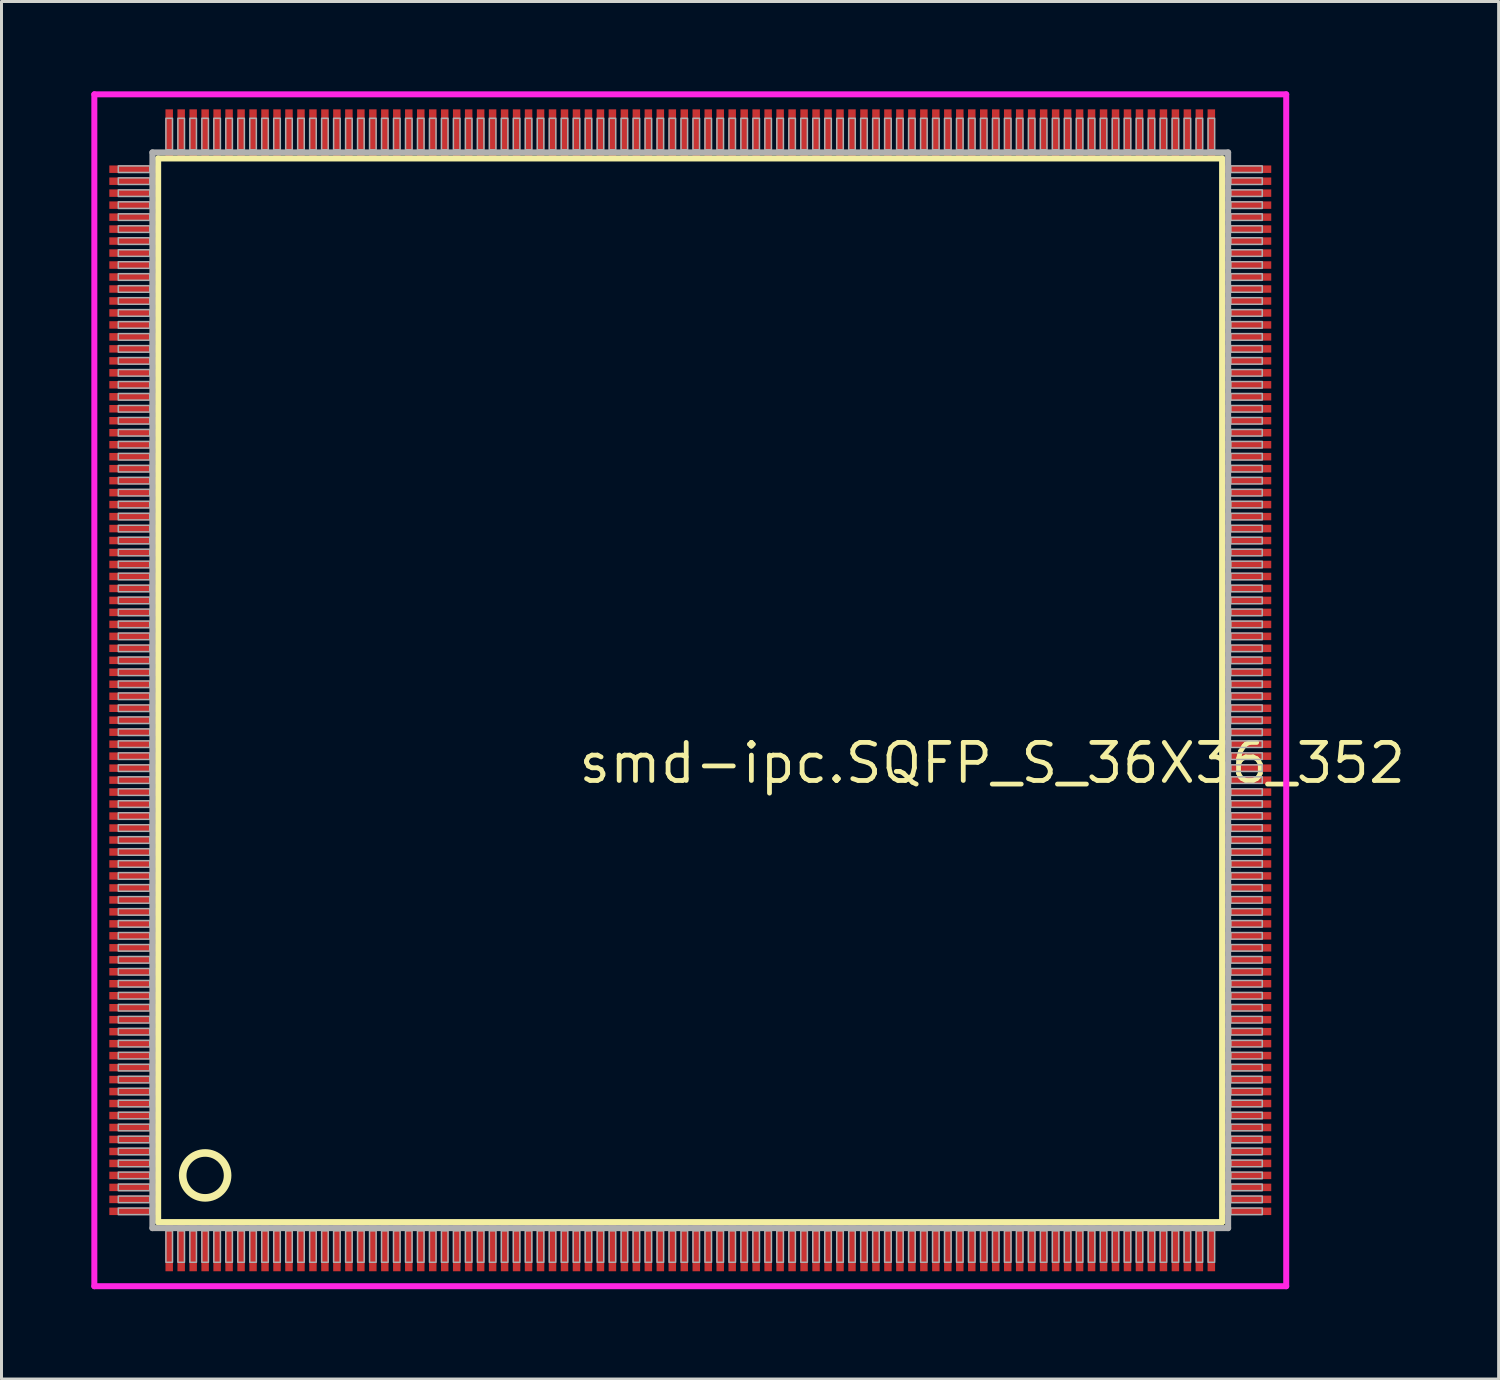
<source format=kicad_pcb>
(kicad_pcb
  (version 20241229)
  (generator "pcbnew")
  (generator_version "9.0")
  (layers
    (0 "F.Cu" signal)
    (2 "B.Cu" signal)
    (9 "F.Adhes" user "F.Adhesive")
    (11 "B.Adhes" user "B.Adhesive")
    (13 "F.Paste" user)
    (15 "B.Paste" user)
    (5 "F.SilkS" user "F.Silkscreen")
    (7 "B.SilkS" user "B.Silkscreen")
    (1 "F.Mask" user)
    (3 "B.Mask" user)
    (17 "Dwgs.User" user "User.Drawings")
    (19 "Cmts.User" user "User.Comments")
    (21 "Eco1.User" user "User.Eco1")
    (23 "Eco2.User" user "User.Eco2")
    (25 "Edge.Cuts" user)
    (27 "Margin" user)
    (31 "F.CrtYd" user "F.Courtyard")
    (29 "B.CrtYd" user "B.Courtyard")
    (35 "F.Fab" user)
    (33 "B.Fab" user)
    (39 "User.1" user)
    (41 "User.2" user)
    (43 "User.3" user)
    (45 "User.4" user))
  (footprint "smd-ipc.SQFP_S_36X36_352"
    (layer "F.Cu")
    (at 20 20)
    (property "Reference" "smd-ipc.SQFP_S_36X36_352" (at -3.81 3.175 0) (layer "F.SilkS") (effects (font (size 1.27 1.27) (thickness 0.16)) (justify left bottom)))
    (attr smd)
    (fp_line (start -17.77 -17.76) (end 17.76 -17.76) (stroke (width 0.203) (type default)) (layer "F.SilkS"))
    (fp_line (start -17.77 17.76) (end -17.77 -17.76) (stroke (width 0.203) (type default)) (layer "F.SilkS"))
    (fp_line (start 17.76 17.76) (end -17.77 17.76) (stroke (width 0.203) (type default)) (layer "F.SilkS"))
    (fp_line (start 17.76 -17.76) (end 17.76 17.76) (stroke (width 0.203) (type default)) (layer "F.SilkS"))
    (fp_circle (center -16.2 16.2) (end -15.45 16.2) (stroke (width 0.254) (type default)) (fill no) (layer "F.SilkS"))
    (fp_line (start -19.9 -19.9) (end 19.9 -19.9) (stroke (width 0.2) (type default)) (layer "F.CrtYd"))
    (fp_line (start -19.9 19.9) (end -19.9 -19.9) (stroke (width 0.2) (type default)) (layer "F.CrtYd"))
    (fp_line (start 19.9 -19.9) (end 19.9 19.9) (stroke (width 0.2) (type default)) (layer "F.CrtYd"))
    (fp_line (start 19.9 19.9) (end -19.9 19.9) (stroke (width 0.2) (type default)) (layer "F.CrtYd"))
    (fp_line (start -17.96 -17.96) (end -17.96 17.96) (stroke (width 0.203) (type default)) (layer "F.Fab"))
    (fp_line (start -17.96 17.96) (end 17.96 17.96) (stroke (width 0.203) (type default)) (layer "F.Fab"))
    (fp_line (start 17.96 -17.96) (end -17.96 -17.96) (stroke (width 0.203) (type default)) (layer "F.Fab"))
    (fp_line (start 17.96 17.96) (end 17.96 -17.96) (stroke (width 0.203) (type default)) (layer "F.Fab"))
    (fp_rect (start -19.1 -17.29) (end -18.05 -17.51) (stroke (width 0.05) (type default)) (fill no) (layer "F.Fab"))
    (fp_rect (start -19.1 -16.89) (end -18.05 -17.11) (stroke (width 0.05) (type default)) (fill no) (layer "F.Fab"))
    (fp_rect (start -19.1 -16.49) (end -18.05 -16.71) (stroke (width 0.05) (type default)) (fill no) (layer "F.Fab"))
    (fp_rect (start -19.1 -16.09) (end -18.05 -16.31) (stroke (width 0.05) (type default)) (fill no) (layer "F.Fab"))
    (fp_rect (start -19.1 -15.69) (end -18.05 -15.91) (stroke (width 0.05) (type default)) (fill no) (layer "F.Fab"))
    (fp_rect (start -19.1 -15.29) (end -18.05 -15.51) (stroke (width 0.05) (type default)) (fill no) (layer "F.Fab"))
    (fp_rect (start -19.1 -14.89) (end -18.05 -15.11) (stroke (width 0.05) (type default)) (fill no) (layer "F.Fab"))
    (fp_rect (start -19.1 -14.49) (end -18.05 -14.71) (stroke (width 0.05) (type default)) (fill no) (layer "F.Fab"))
    (fp_rect (start -19.1 -14.09) (end -18.05 -14.31) (stroke (width 0.05) (type default)) (fill no) (layer "F.Fab"))
    (fp_rect (start -19.1 -13.69) (end -18.05 -13.91) (stroke (width 0.05) (type default)) (fill no) (layer "F.Fab"))
    (fp_rect (start -19.1 -13.29) (end -18.05 -13.51) (stroke (width 0.05) (type default)) (fill no) (layer "F.Fab"))
    (fp_rect (start -19.1 -12.89) (end -18.05 -13.11) (stroke (width 0.05) (type default)) (fill no) (layer "F.Fab"))
    (fp_rect (start -19.1 -12.49) (end -18.05 -12.71) (stroke (width 0.05) (type default)) (fill no) (layer "F.Fab"))
    (fp_rect (start -19.1 -12.09) (end -18.05 -12.31) (stroke (width 0.05) (type default)) (fill no) (layer "F.Fab"))
    (fp_rect (start -19.1 -11.69) (end -18.05 -11.91) (stroke (width 0.05) (type default)) (fill no) (layer "F.Fab"))
    (fp_rect (start -19.1 -11.29) (end -18.05 -11.51) (stroke (width 0.05) (type default)) (fill no) (layer "F.Fab"))
    (fp_rect (start -19.1 -10.89) (end -18.05 -11.11) (stroke (width 0.05) (type default)) (fill no) (layer "F.Fab"))
    (fp_rect (start -19.1 -10.49) (end -18.05 -10.71) (stroke (width 0.05) (type default)) (fill no) (layer "F.Fab"))
    (fp_rect (start -19.1 -10.09) (end -18.05 -10.31) (stroke (width 0.05) (type default)) (fill no) (layer "F.Fab"))
    (fp_rect (start -19.1 -9.69) (end -18.05 -9.91) (stroke (width 0.05) (type default)) (fill no) (layer "F.Fab"))
    (fp_rect (start -19.1 -9.29) (end -18.05 -9.51) (stroke (width 0.05) (type default)) (fill no) (layer "F.Fab"))
    (fp_rect (start -19.1 -8.89) (end -18.05 -9.11) (stroke (width 0.05) (type default)) (fill no) (layer "F.Fab"))
    (fp_rect (start -19.1 -8.49) (end -18.05 -8.71) (stroke (width 0.05) (type default)) (fill no) (layer "F.Fab"))
    (fp_rect (start -19.1 -8.09) (end -18.05 -8.31) (stroke (width 0.05) (type default)) (fill no) (layer "F.Fab"))
    (fp_rect (start -19.1 -7.69) (end -18.05 -7.91) (stroke (width 0.05) (type default)) (fill no) (layer "F.Fab"))
    (fp_rect (start -19.1 -7.29) (end -18.05 -7.51) (stroke (width 0.05) (type default)) (fill no) (layer "F.Fab"))
    (fp_rect (start -19.1 -6.89) (end -18.05 -7.11) (stroke (width 0.05) (type default)) (fill no) (layer "F.Fab"))
    (fp_rect (start -19.1 -6.49) (end -18.05 -6.71) (stroke (width 0.05) (type default)) (fill no) (layer "F.Fab"))
    (fp_rect (start -19.1 -6.09) (end -18.05 -6.31) (stroke (width 0.05) (type default)) (fill no) (layer "F.Fab"))
    (fp_rect (start -19.1 -5.69) (end -18.05 -5.91) (stroke (width 0.05) (type default)) (fill no) (layer "F.Fab"))
    (fp_rect (start -19.1 -5.29) (end -18.05 -5.51) (stroke (width 0.05) (type default)) (fill no) (layer "F.Fab"))
    (fp_rect (start -19.1 -4.89) (end -18.05 -5.11) (stroke (width 0.05) (type default)) (fill no) (layer "F.Fab"))
    (fp_rect (start -19.1 -4.49) (end -18.05 -4.71) (stroke (width 0.05) (type default)) (fill no) (layer "F.Fab"))
    (fp_rect (start -19.1 -4.09) (end -18.05 -4.31) (stroke (width 0.05) (type default)) (fill no) (layer "F.Fab"))
    (fp_rect (start -19.1 -3.69) (end -18.05 -3.91) (stroke (width 0.05) (type default)) (fill no) (layer "F.Fab"))
    (fp_rect (start -19.1 -3.29) (end -18.05 -3.51) (stroke (width 0.05) (type default)) (fill no) (layer "F.Fab"))
    (fp_rect (start -19.1 -2.89) (end -18.05 -3.11) (stroke (width 0.05) (type default)) (fill no) (layer "F.Fab"))
    (fp_rect (start -19.1 -2.49) (end -18.05 -2.71) (stroke (width 0.05) (type default)) (fill no) (layer "F.Fab"))
    (fp_rect (start -19.1 -2.09) (end -18.05 -2.31) (stroke (width 0.05) (type default)) (fill no) (layer "F.Fab"))
    (fp_rect (start -19.1 -1.69) (end -18.05 -1.91) (stroke (width 0.05) (type default)) (fill no) (layer "F.Fab"))
    (fp_rect (start -19.1 -1.29) (end -18.05 -1.51) (stroke (width 0.05) (type default)) (fill no) (layer "F.Fab"))
    (fp_rect (start -19.1 -0.89) (end -18.05 -1.11) (stroke (width 0.05) (type default)) (fill no) (layer "F.Fab"))
    (fp_rect (start -19.1 -0.49) (end -18.05 -0.71) (stroke (width 0.05) (type default)) (fill no) (layer "F.Fab"))
    (fp_rect (start -19.1 -0.09) (end -18.05 -0.31) (stroke (width 0.05) (type default)) (fill no) (layer "F.Fab"))
    (fp_rect (start -19.1 0.31) (end -18.05 0.09) (stroke (width 0.05) (type default)) (fill no) (layer "F.Fab"))
    (fp_rect (start -19.1 0.71) (end -18.05 0.49) (stroke (width 0.05) (type default)) (fill no) (layer "F.Fab"))
    (fp_rect (start -19.1 1.11) (end -18.05 0.89) (stroke (width 0.05) (type default)) (fill no) (layer "F.Fab"))
    (fp_rect (start -19.1 1.51) (end -18.05 1.29) (stroke (width 0.05) (type default)) (fill no) (layer "F.Fab"))
    (fp_rect (start -19.1 1.91) (end -18.05 1.69) (stroke (width 0.05) (type default)) (fill no) (layer "F.Fab"))
    (fp_rect (start -19.1 2.31) (end -18.05 2.09) (stroke (width 0.05) (type default)) (fill no) (layer "F.Fab"))
    (fp_rect (start -19.1 2.71) (end -18.05 2.49) (stroke (width 0.05) (type default)) (fill no) (layer "F.Fab"))
    (fp_rect (start -19.1 3.11) (end -18.05 2.89) (stroke (width 0.05) (type default)) (fill no) (layer "F.Fab"))
    (fp_rect (start -19.1 3.51) (end -18.05 3.29) (stroke (width 0.05) (type default)) (fill no) (layer "F.Fab"))
    (fp_rect (start -19.1 3.91) (end -18.05 3.69) (stroke (width 0.05) (type default)) (fill no) (layer "F.Fab"))
    (fp_rect (start -19.1 4.31) (end -18.05 4.09) (stroke (width 0.05) (type default)) (fill no) (layer "F.Fab"))
    (fp_rect (start -19.1 4.71) (end -18.05 4.49) (stroke (width 0.05) (type default)) (fill no) (layer "F.Fab"))
    (fp_rect (start -19.1 5.11) (end -18.05 4.89) (stroke (width 0.05) (type default)) (fill no) (layer "F.Fab"))
    (fp_rect (start -19.1 5.51) (end -18.05 5.29) (stroke (width 0.05) (type default)) (fill no) (layer "F.Fab"))
    (fp_rect (start -19.1 5.91) (end -18.05 5.69) (stroke (width 0.05) (type default)) (fill no) (layer "F.Fab"))
    (fp_rect (start -19.1 6.31) (end -18.05 6.09) (stroke (width 0.05) (type default)) (fill no) (layer "F.Fab"))
    (fp_rect (start -19.1 6.71) (end -18.05 6.49) (stroke (width 0.05) (type default)) (fill no) (layer "F.Fab"))
    (fp_rect (start -19.1 7.11) (end -18.05 6.89) (stroke (width 0.05) (type default)) (fill no) (layer "F.Fab"))
    (fp_rect (start -19.1 7.51) (end -18.05 7.29) (stroke (width 0.05) (type default)) (fill no) (layer "F.Fab"))
    (fp_rect (start -19.1 7.91) (end -18.05 7.69) (stroke (width 0.05) (type default)) (fill no) (layer "F.Fab"))
    (fp_rect (start -19.1 8.31) (end -18.05 8.09) (stroke (width 0.05) (type default)) (fill no) (layer "F.Fab"))
    (fp_rect (start -19.1 8.71) (end -18.05 8.49) (stroke (width 0.05) (type default)) (fill no) (layer "F.Fab"))
    (fp_rect (start -19.1 9.11) (end -18.05 8.89) (stroke (width 0.05) (type default)) (fill no) (layer "F.Fab"))
    (fp_rect (start -19.1 9.51) (end -18.05 9.29) (stroke (width 0.05) (type default)) (fill no) (layer "F.Fab"))
    (fp_rect (start -19.1 9.91) (end -18.05 9.69) (stroke (width 0.05) (type default)) (fill no) (layer "F.Fab"))
    (fp_rect (start -19.1 10.31) (end -18.05 10.09) (stroke (width 0.05) (type default)) (fill no) (layer "F.Fab"))
    (fp_rect (start -19.1 10.71) (end -18.05 10.49) (stroke (width 0.05) (type default)) (fill no) (layer "F.Fab"))
    (fp_rect (start -19.1 11.11) (end -18.05 10.89) (stroke (width 0.05) (type default)) (fill no) (layer "F.Fab"))
    (fp_rect (start -19.1 11.51) (end -18.05 11.29) (stroke (width 0.05) (type default)) (fill no) (layer "F.Fab"))
    (fp_rect (start -19.1 11.91) (end -18.05 11.69) (stroke (width 0.05) (type default)) (fill no) (layer "F.Fab"))
    (fp_rect (start -19.1 12.31) (end -18.05 12.09) (stroke (width 0.05) (type default)) (fill no) (layer "F.Fab"))
    (fp_rect (start -19.1 12.71) (end -18.05 12.49) (stroke (width 0.05) (type default)) (fill no) (layer "F.Fab"))
    (fp_rect (start -19.1 13.11) (end -18.05 12.89) (stroke (width 0.05) (type default)) (fill no) (layer "F.Fab"))
    (fp_rect (start -19.1 13.51) (end -18.05 13.29) (stroke (width 0.05) (type default)) (fill no) (layer "F.Fab"))
    (fp_rect (start -19.1 13.91) (end -18.05 13.69) (stroke (width 0.05) (type default)) (fill no) (layer "F.Fab"))
    (fp_rect (start -19.1 14.31) (end -18.05 14.09) (stroke (width 0.05) (type default)) (fill no) (layer "F.Fab"))
    (fp_rect (start -19.1 14.71) (end -18.05 14.49) (stroke (width 0.05) (type default)) (fill no) (layer "F.Fab"))
    (fp_rect (start -19.1 15.11) (end -18.05 14.89) (stroke (width 0.05) (type default)) (fill no) (layer "F.Fab"))
    (fp_rect (start -19.1 15.51) (end -18.05 15.29) (stroke (width 0.05) (type default)) (fill no) (layer "F.Fab"))
    (fp_rect (start -19.1 15.91) (end -18.05 15.69) (stroke (width 0.05) (type default)) (fill no) (layer "F.Fab"))
    (fp_rect (start -19.1 16.31) (end -18.05 16.09) (stroke (width 0.05) (type default)) (fill no) (layer "F.Fab"))
    (fp_rect (start -19.1 16.71) (end -18.05 16.49) (stroke (width 0.05) (type default)) (fill no) (layer "F.Fab"))
    (fp_rect (start -19.1 17.11) (end -18.05 16.89) (stroke (width 0.05) (type default)) (fill no) (layer "F.Fab"))
    (fp_rect (start -19.1 17.51) (end -18.05 17.29) (stroke (width 0.05) (type default)) (fill no) (layer "F.Fab"))
    (fp_rect (start -17.51 -18.05) (end -17.29 -19.1) (stroke (width 0.05) (type default)) (fill no) (layer "F.Fab"))
    (fp_rect (start -17.51 19.1) (end -17.29 18.05) (stroke (width 0.05) (type default)) (fill no) (layer "F.Fab"))
    (fp_rect (start -17.11 -18.05) (end -16.89 -19.1) (stroke (width 0.05) (type default)) (fill no) (layer "F.Fab"))
    (fp_rect (start -17.11 19.1) (end -16.89 18.05) (stroke (width 0.05) (type default)) (fill no) (layer "F.Fab"))
    (fp_rect (start -16.71 -18.05) (end -16.49 -19.1) (stroke (width 0.05) (type default)) (fill no) (layer "F.Fab"))
    (fp_rect (start -16.71 19.1) (end -16.49 18.05) (stroke (width 0.05) (type default)) (fill no) (layer "F.Fab"))
    (fp_rect (start -16.31 -18.05) (end -16.09 -19.1) (stroke (width 0.05) (type default)) (fill no) (layer "F.Fab"))
    (fp_rect (start -16.31 19.1) (end -16.09 18.05) (stroke (width 0.05) (type default)) (fill no) (layer "F.Fab"))
    (fp_rect (start -15.91 -18.05) (end -15.69 -19.1) (stroke (width 0.05) (type default)) (fill no) (layer "F.Fab"))
    (fp_rect (start -15.91 19.1) (end -15.69 18.05) (stroke (width 0.05) (type default)) (fill no) (layer "F.Fab"))
    (fp_rect (start -15.51 -18.05) (end -15.29 -19.1) (stroke (width 0.05) (type default)) (fill no) (layer "F.Fab"))
    (fp_rect (start -15.51 19.1) (end -15.29 18.05) (stroke (width 0.05) (type default)) (fill no) (layer "F.Fab"))
    (fp_rect (start -15.11 -18.05) (end -14.89 -19.1) (stroke (width 0.05) (type default)) (fill no) (layer "F.Fab"))
    (fp_rect (start -15.11 19.1) (end -14.89 18.05) (stroke (width 0.05) (type default)) (fill no) (layer "F.Fab"))
    (fp_rect (start -14.71 -18.05) (end -14.49 -19.1) (stroke (width 0.05) (type default)) (fill no) (layer "F.Fab"))
    (fp_rect (start -14.71 19.1) (end -14.49 18.05) (stroke (width 0.05) (type default)) (fill no) (layer "F.Fab"))
    (fp_rect (start -14.31 -18.05) (end -14.09 -19.1) (stroke (width 0.05) (type default)) (fill no) (layer "F.Fab"))
    (fp_rect (start -14.31 19.1) (end -14.09 18.05) (stroke (width 0.05) (type default)) (fill no) (layer "F.Fab"))
    (fp_rect (start -13.91 -18.05) (end -13.69 -19.1) (stroke (width 0.05) (type default)) (fill no) (layer "F.Fab"))
    (fp_rect (start -13.91 19.1) (end -13.69 18.05) (stroke (width 0.05) (type default)) (fill no) (layer "F.Fab"))
    (fp_rect (start -13.51 -18.05) (end -13.29 -19.1) (stroke (width 0.05) (type default)) (fill no) (layer "F.Fab"))
    (fp_rect (start -13.51 19.1) (end -13.29 18.05) (stroke (width 0.05) (type default)) (fill no) (layer "F.Fab"))
    (fp_rect (start -13.11 -18.05) (end -12.89 -19.1) (stroke (width 0.05) (type default)) (fill no) (layer "F.Fab"))
    (fp_rect (start -13.11 19.1) (end -12.89 18.05) (stroke (width 0.05) (type default)) (fill no) (layer "F.Fab"))
    (fp_rect (start -12.71 -18.05) (end -12.49 -19.1) (stroke (width 0.05) (type default)) (fill no) (layer "F.Fab"))
    (fp_rect (start -12.71 19.1) (end -12.49 18.05) (stroke (width 0.05) (type default)) (fill no) (layer "F.Fab"))
    (fp_rect (start -12.31 -18.05) (end -12.09 -19.1) (stroke (width 0.05) (type default)) (fill no) (layer "F.Fab"))
    (fp_rect (start -12.31 19.1) (end -12.09 18.05) (stroke (width 0.05) (type default)) (fill no) (layer "F.Fab"))
    (fp_rect (start -11.91 -18.05) (end -11.69 -19.1) (stroke (width 0.05) (type default)) (fill no) (layer "F.Fab"))
    (fp_rect (start -11.91 19.1) (end -11.69 18.05) (stroke (width 0.05) (type default)) (fill no) (layer "F.Fab"))
    (fp_rect (start -11.51 -18.05) (end -11.29 -19.1) (stroke (width 0.05) (type default)) (fill no) (layer "F.Fab"))
    (fp_rect (start -11.51 19.1) (end -11.29 18.05) (stroke (width 0.05) (type default)) (fill no) (layer "F.Fab"))
    (fp_rect (start -11.11 -18.05) (end -10.89 -19.1) (stroke (width 0.05) (type default)) (fill no) (layer "F.Fab"))
    (fp_rect (start -11.11 19.1) (end -10.89 18.05) (stroke (width 0.05) (type default)) (fill no) (layer "F.Fab"))
    (fp_rect (start -10.71 -18.05) (end -10.49 -19.1) (stroke (width 0.05) (type default)) (fill no) (layer "F.Fab"))
    (fp_rect (start -10.71 19.1) (end -10.49 18.05) (stroke (width 0.05) (type default)) (fill no) (layer "F.Fab"))
    (fp_rect (start -10.31 -18.05) (end -10.09 -19.1) (stroke (width 0.05) (type default)) (fill no) (layer "F.Fab"))
    (fp_rect (start -10.31 19.1) (end -10.09 18.05) (stroke (width 0.05) (type default)) (fill no) (layer "F.Fab"))
    (fp_rect (start -9.91 -18.05) (end -9.69 -19.1) (stroke (width 0.05) (type default)) (fill no) (layer "F.Fab"))
    (fp_rect (start -9.91 19.1) (end -9.69 18.05) (stroke (width 0.05) (type default)) (fill no) (layer "F.Fab"))
    (fp_rect (start -9.51 -18.05) (end -9.29 -19.1) (stroke (width 0.05) (type default)) (fill no) (layer "F.Fab"))
    (fp_rect (start -9.51 19.1) (end -9.29 18.05) (stroke (width 0.05) (type default)) (fill no) (layer "F.Fab"))
    (fp_rect (start -9.11 -18.05) (end -8.89 -19.1) (stroke (width 0.05) (type default)) (fill no) (layer "F.Fab"))
    (fp_rect (start -9.11 19.1) (end -8.89 18.05) (stroke (width 0.05) (type default)) (fill no) (layer "F.Fab"))
    (fp_rect (start -8.71 -18.05) (end -8.49 -19.1) (stroke (width 0.05) (type default)) (fill no) (layer "F.Fab"))
    (fp_rect (start -8.71 19.1) (end -8.49 18.05) (stroke (width 0.05) (type default)) (fill no) (layer "F.Fab"))
    (fp_rect (start -8.31 -18.05) (end -8.09 -19.1) (stroke (width 0.05) (type default)) (fill no) (layer "F.Fab"))
    (fp_rect (start -8.31 19.1) (end -8.09 18.05) (stroke (width 0.05) (type default)) (fill no) (layer "F.Fab"))
    (fp_rect (start -7.91 -18.05) (end -7.69 -19.1) (stroke (width 0.05) (type default)) (fill no) (layer "F.Fab"))
    (fp_rect (start -7.91 19.1) (end -7.69 18.05) (stroke (width 0.05) (type default)) (fill no) (layer "F.Fab"))
    (fp_rect (start -7.51 -18.05) (end -7.29 -19.1) (stroke (width 0.05) (type default)) (fill no) (layer "F.Fab"))
    (fp_rect (start -7.51 19.1) (end -7.29 18.05) (stroke (width 0.05) (type default)) (fill no) (layer "F.Fab"))
    (fp_rect (start -7.11 -18.05) (end -6.89 -19.1) (stroke (width 0.05) (type default)) (fill no) (layer "F.Fab"))
    (fp_rect (start -7.11 19.1) (end -6.89 18.05) (stroke (width 0.05) (type default)) (fill no) (layer "F.Fab"))
    (fp_rect (start -6.71 -18.05) (end -6.49 -19.1) (stroke (width 0.05) (type default)) (fill no) (layer "F.Fab"))
    (fp_rect (start -6.71 19.1) (end -6.49 18.05) (stroke (width 0.05) (type default)) (fill no) (layer "F.Fab"))
    (fp_rect (start -6.31 -18.05) (end -6.09 -19.1) (stroke (width 0.05) (type default)) (fill no) (layer "F.Fab"))
    (fp_rect (start -6.31 19.1) (end -6.09 18.05) (stroke (width 0.05) (type default)) (fill no) (layer "F.Fab"))
    (fp_rect (start -5.91 -18.05) (end -5.69 -19.1) (stroke (width 0.05) (type default)) (fill no) (layer "F.Fab"))
    (fp_rect (start -5.91 19.1) (end -5.69 18.05) (stroke (width 0.05) (type default)) (fill no) (layer "F.Fab"))
    (fp_rect (start -5.51 -18.05) (end -5.29 -19.1) (stroke (width 0.05) (type default)) (fill no) (layer "F.Fab"))
    (fp_rect (start -5.51 19.1) (end -5.29 18.05) (stroke (width 0.05) (type default)) (fill no) (layer "F.Fab"))
    (fp_rect (start -5.11 -18.05) (end -4.89 -19.1) (stroke (width 0.05) (type default)) (fill no) (layer "F.Fab"))
    (fp_rect (start -5.11 19.1) (end -4.89 18.05) (stroke (width 0.05) (type default)) (fill no) (layer "F.Fab"))
    (fp_rect (start -4.71 -18.05) (end -4.49 -19.1) (stroke (width 0.05) (type default)) (fill no) (layer "F.Fab"))
    (fp_rect (start -4.71 19.1) (end -4.49 18.05) (stroke (width 0.05) (type default)) (fill no) (layer "F.Fab"))
    (fp_rect (start -4.31 -18.05) (end -4.09 -19.1) (stroke (width 0.05) (type default)) (fill no) (layer "F.Fab"))
    (fp_rect (start -4.31 19.1) (end -4.09 18.05) (stroke (width 0.05) (type default)) (fill no) (layer "F.Fab"))
    (fp_rect (start -3.91 -18.05) (end -3.69 -19.1) (stroke (width 0.05) (type default)) (fill no) (layer "F.Fab"))
    (fp_rect (start -3.91 19.1) (end -3.69 18.05) (stroke (width 0.05) (type default)) (fill no) (layer "F.Fab"))
    (fp_rect (start -3.51 -18.05) (end -3.29 -19.1) (stroke (width 0.05) (type default)) (fill no) (layer "F.Fab"))
    (fp_rect (start -3.51 19.1) (end -3.29 18.05) (stroke (width 0.05) (type default)) (fill no) (layer "F.Fab"))
    (fp_rect (start -3.11 -18.05) (end -2.89 -19.1) (stroke (width 0.05) (type default)) (fill no) (layer "F.Fab"))
    (fp_rect (start -3.11 19.1) (end -2.89 18.05) (stroke (width 0.05) (type default)) (fill no) (layer "F.Fab"))
    (fp_rect (start -2.71 -18.05) (end -2.49 -19.1) (stroke (width 0.05) (type default)) (fill no) (layer "F.Fab"))
    (fp_rect (start -2.71 19.1) (end -2.49 18.05) (stroke (width 0.05) (type default)) (fill no) (layer "F.Fab"))
    (fp_rect (start -2.31 -18.05) (end -2.09 -19.1) (stroke (width 0.05) (type default)) (fill no) (layer "F.Fab"))
    (fp_rect (start -2.31 19.1) (end -2.09 18.05) (stroke (width 0.05) (type default)) (fill no) (layer "F.Fab"))
    (fp_rect (start -1.91 -18.05) (end -1.69 -19.1) (stroke (width 0.05) (type default)) (fill no) (layer "F.Fab"))
    (fp_rect (start -1.91 19.1) (end -1.69 18.05) (stroke (width 0.05) (type default)) (fill no) (layer "F.Fab"))
    (fp_rect (start -1.51 -18.05) (end -1.29 -19.1) (stroke (width 0.05) (type default)) (fill no) (layer "F.Fab"))
    (fp_rect (start -1.51 19.1) (end -1.29 18.05) (stroke (width 0.05) (type default)) (fill no) (layer "F.Fab"))
    (fp_rect (start -1.11 -18.05) (end -0.89 -19.1) (stroke (width 0.05) (type default)) (fill no) (layer "F.Fab"))
    (fp_rect (start -1.11 19.1) (end -0.89 18.05) (stroke (width 0.05) (type default)) (fill no) (layer "F.Fab"))
    (fp_rect (start -0.71 -18.05) (end -0.49 -19.1) (stroke (width 0.05) (type default)) (fill no) (layer "F.Fab"))
    (fp_rect (start -0.71 19.1) (end -0.49 18.05) (stroke (width 0.05) (type default)) (fill no) (layer "F.Fab"))
    (fp_rect (start -0.31 -18.05) (end -0.09 -19.1) (stroke (width 0.05) (type default)) (fill no) (layer "F.Fab"))
    (fp_rect (start -0.31 19.1) (end -0.09 18.05) (stroke (width 0.05) (type default)) (fill no) (layer "F.Fab"))
    (fp_rect (start 0.09 -18.05) (end 0.31 -19.1) (stroke (width 0.05) (type default)) (fill no) (layer "F.Fab"))
    (fp_rect (start 0.09 19.1) (end 0.31 18.05) (stroke (width 0.05) (type default)) (fill no) (layer "F.Fab"))
    (fp_rect (start 0.49 -18.05) (end 0.71 -19.1) (stroke (width 0.05) (type default)) (fill no) (layer "F.Fab"))
    (fp_rect (start 0.49 19.1) (end 0.71 18.05) (stroke (width 0.05) (type default)) (fill no) (layer "F.Fab"))
    (fp_rect (start 0.89 -18.05) (end 1.11 -19.1) (stroke (width 0.05) (type default)) (fill no) (layer "F.Fab"))
    (fp_rect (start 0.89 19.1) (end 1.11 18.05) (stroke (width 0.05) (type default)) (fill no) (layer "F.Fab"))
    (fp_rect (start 1.29 -18.05) (end 1.51 -19.1) (stroke (width 0.05) (type default)) (fill no) (layer "F.Fab"))
    (fp_rect (start 1.29 19.1) (end 1.51 18.05) (stroke (width 0.05) (type default)) (fill no) (layer "F.Fab"))
    (fp_rect (start 1.69 -18.05) (end 1.91 -19.1) (stroke (width 0.05) (type default)) (fill no) (layer "F.Fab"))
    (fp_rect (start 1.69 19.1) (end 1.91 18.05) (stroke (width 0.05) (type default)) (fill no) (layer "F.Fab"))
    (fp_rect (start 2.09 -18.05) (end 2.31 -19.1) (stroke (width 0.05) (type default)) (fill no) (layer "F.Fab"))
    (fp_rect (start 2.09 19.1) (end 2.31 18.05) (stroke (width 0.05) (type default)) (fill no) (layer "F.Fab"))
    (fp_rect (start 2.49 -18.05) (end 2.71 -19.1) (stroke (width 0.05) (type default)) (fill no) (layer "F.Fab"))
    (fp_rect (start 2.49 19.1) (end 2.71 18.05) (stroke (width 0.05) (type default)) (fill no) (layer "F.Fab"))
    (fp_rect (start 2.89 -18.05) (end 3.11 -19.1) (stroke (width 0.05) (type default)) (fill no) (layer "F.Fab"))
    (fp_rect (start 2.89 19.1) (end 3.11 18.05) (stroke (width 0.05) (type default)) (fill no) (layer "F.Fab"))
    (fp_rect (start 3.29 -18.05) (end 3.51 -19.1) (stroke (width 0.05) (type default)) (fill no) (layer "F.Fab"))
    (fp_rect (start 3.29 19.1) (end 3.51 18.05) (stroke (width 0.05) (type default)) (fill no) (layer "F.Fab"))
    (fp_rect (start 3.69 -18.05) (end 3.91 -19.1) (stroke (width 0.05) (type default)) (fill no) (layer "F.Fab"))
    (fp_rect (start 3.69 19.1) (end 3.91 18.05) (stroke (width 0.05) (type default)) (fill no) (layer "F.Fab"))
    (fp_rect (start 4.09 -18.05) (end 4.31 -19.1) (stroke (width 0.05) (type default)) (fill no) (layer "F.Fab"))
    (fp_rect (start 4.09 19.1) (end 4.31 18.05) (stroke (width 0.05) (type default)) (fill no) (layer "F.Fab"))
    (fp_rect (start 4.49 -18.05) (end 4.71 -19.1) (stroke (width 0.05) (type default)) (fill no) (layer "F.Fab"))
    (fp_rect (start 4.49 19.1) (end 4.71 18.05) (stroke (width 0.05) (type default)) (fill no) (layer "F.Fab"))
    (fp_rect (start 4.89 -18.05) (end 5.11 -19.1) (stroke (width 0.05) (type default)) (fill no) (layer "F.Fab"))
    (fp_rect (start 4.89 19.1) (end 5.11 18.05) (stroke (width 0.05) (type default)) (fill no) (layer "F.Fab"))
    (fp_rect (start 5.29 -18.05) (end 5.51 -19.1) (stroke (width 0.05) (type default)) (fill no) (layer "F.Fab"))
    (fp_rect (start 5.29 19.1) (end 5.51 18.05) (stroke (width 0.05) (type default)) (fill no) (layer "F.Fab"))
    (fp_rect (start 5.69 -18.05) (end 5.91 -19.1) (stroke (width 0.05) (type default)) (fill no) (layer "F.Fab"))
    (fp_rect (start 5.69 19.1) (end 5.91 18.05) (stroke (width 0.05) (type default)) (fill no) (layer "F.Fab"))
    (fp_rect (start 6.09 -18.05) (end 6.31 -19.1) (stroke (width 0.05) (type default)) (fill no) (layer "F.Fab"))
    (fp_rect (start 6.09 19.1) (end 6.31 18.05) (stroke (width 0.05) (type default)) (fill no) (layer "F.Fab"))
    (fp_rect (start 6.49 -18.05) (end 6.71 -19.1) (stroke (width 0.05) (type default)) (fill no) (layer "F.Fab"))
    (fp_rect (start 6.49 19.1) (end 6.71 18.05) (stroke (width 0.05) (type default)) (fill no) (layer "F.Fab"))
    (fp_rect (start 6.89 -18.05) (end 7.11 -19.1) (stroke (width 0.05) (type default)) (fill no) (layer "F.Fab"))
    (fp_rect (start 6.89 19.1) (end 7.11 18.05) (stroke (width 0.05) (type default)) (fill no) (layer "F.Fab"))
    (fp_rect (start 7.29 -18.05) (end 7.51 -19.1) (stroke (width 0.05) (type default)) (fill no) (layer "F.Fab"))
    (fp_rect (start 7.29 19.1) (end 7.51 18.05) (stroke (width 0.05) (type default)) (fill no) (layer "F.Fab"))
    (fp_rect (start 7.69 -18.05) (end 7.91 -19.1) (stroke (width 0.05) (type default)) (fill no) (layer "F.Fab"))
    (fp_rect (start 7.69 19.1) (end 7.91 18.05) (stroke (width 0.05) (type default)) (fill no) (layer "F.Fab"))
    (fp_rect (start 8.09 -18.05) (end 8.31 -19.1) (stroke (width 0.05) (type default)) (fill no) (layer "F.Fab"))
    (fp_rect (start 8.09 19.1) (end 8.31 18.05) (stroke (width 0.05) (type default)) (fill no) (layer "F.Fab"))
    (fp_rect (start 8.49 -18.05) (end 8.71 -19.1) (stroke (width 0.05) (type default)) (fill no) (layer "F.Fab"))
    (fp_rect (start 8.49 19.1) (end 8.71 18.05) (stroke (width 0.05) (type default)) (fill no) (layer "F.Fab"))
    (fp_rect (start 8.89 -18.05) (end 9.11 -19.1) (stroke (width 0.05) (type default)) (fill no) (layer "F.Fab"))
    (fp_rect (start 8.89 19.1) (end 9.11 18.05) (stroke (width 0.05) (type default)) (fill no) (layer "F.Fab"))
    (fp_rect (start 9.29 -18.05) (end 9.51 -19.1) (stroke (width 0.05) (type default)) (fill no) (layer "F.Fab"))
    (fp_rect (start 9.29 19.1) (end 9.51 18.05) (stroke (width 0.05) (type default)) (fill no) (layer "F.Fab"))
    (fp_rect (start 9.69 -18.05) (end 9.91 -19.1) (stroke (width 0.05) (type default)) (fill no) (layer "F.Fab"))
    (fp_rect (start 9.69 19.1) (end 9.91 18.05) (stroke (width 0.05) (type default)) (fill no) (layer "F.Fab"))
    (fp_rect (start 10.09 -18.05) (end 10.31 -19.1) (stroke (width 0.05) (type default)) (fill no) (layer "F.Fab"))
    (fp_rect (start 10.09 19.1) (end 10.31 18.05) (stroke (width 0.05) (type default)) (fill no) (layer "F.Fab"))
    (fp_rect (start 10.49 -18.05) (end 10.71 -19.1) (stroke (width 0.05) (type default)) (fill no) (layer "F.Fab"))
    (fp_rect (start 10.49 19.1) (end 10.71 18.05) (stroke (width 0.05) (type default)) (fill no) (layer "F.Fab"))
    (fp_rect (start 10.89 -18.05) (end 11.11 -19.1) (stroke (width 0.05) (type default)) (fill no) (layer "F.Fab"))
    (fp_rect (start 10.89 19.1) (end 11.11 18.05) (stroke (width 0.05) (type default)) (fill no) (layer "F.Fab"))
    (fp_rect (start 11.29 -18.05) (end 11.51 -19.1) (stroke (width 0.05) (type default)) (fill no) (layer "F.Fab"))
    (fp_rect (start 11.29 19.1) (end 11.51 18.05) (stroke (width 0.05) (type default)) (fill no) (layer "F.Fab"))
    (fp_rect (start 11.69 -18.05) (end 11.91 -19.1) (stroke (width 0.05) (type default)) (fill no) (layer "F.Fab"))
    (fp_rect (start 11.69 19.1) (end 11.91 18.05) (stroke (width 0.05) (type default)) (fill no) (layer "F.Fab"))
    (fp_rect (start 12.09 -18.05) (end 12.31 -19.1) (stroke (width 0.05) (type default)) (fill no) (layer "F.Fab"))
    (fp_rect (start 12.09 19.1) (end 12.31 18.05) (stroke (width 0.05) (type default)) (fill no) (layer "F.Fab"))
    (fp_rect (start 12.49 -18.05) (end 12.71 -19.1) (stroke (width 0.05) (type default)) (fill no) (layer "F.Fab"))
    (fp_rect (start 12.49 19.1) (end 12.71 18.05) (stroke (width 0.05) (type default)) (fill no) (layer "F.Fab"))
    (fp_rect (start 12.89 -18.05) (end 13.11 -19.1) (stroke (width 0.05) (type default)) (fill no) (layer "F.Fab"))
    (fp_rect (start 12.89 19.1) (end 13.11 18.05) (stroke (width 0.05) (type default)) (fill no) (layer "F.Fab"))
    (fp_rect (start 13.29 -18.05) (end 13.51 -19.1) (stroke (width 0.05) (type default)) (fill no) (layer "F.Fab"))
    (fp_rect (start 13.29 19.1) (end 13.51 18.05) (stroke (width 0.05) (type default)) (fill no) (layer "F.Fab"))
    (fp_rect (start 13.69 -18.05) (end 13.91 -19.1) (stroke (width 0.05) (type default)) (fill no) (layer "F.Fab"))
    (fp_rect (start 13.69 19.1) (end 13.91 18.05) (stroke (width 0.05) (type default)) (fill no) (layer "F.Fab"))
    (fp_rect (start 14.09 -18.05) (end 14.31 -19.1) (stroke (width 0.05) (type default)) (fill no) (layer "F.Fab"))
    (fp_rect (start 14.09 19.1) (end 14.31 18.05) (stroke (width 0.05) (type default)) (fill no) (layer "F.Fab"))
    (fp_rect (start 14.49 -18.05) (end 14.71 -19.1) (stroke (width 0.05) (type default)) (fill no) (layer "F.Fab"))
    (fp_rect (start 14.49 19.1) (end 14.71 18.05) (stroke (width 0.05) (type default)) (fill no) (layer "F.Fab"))
    (fp_rect (start 14.89 -18.05) (end 15.11 -19.1) (stroke (width 0.05) (type default)) (fill no) (layer "F.Fab"))
    (fp_rect (start 14.89 19.1) (end 15.11 18.05) (stroke (width 0.05) (type default)) (fill no) (layer "F.Fab"))
    (fp_rect (start 15.29 -18.05) (end 15.51 -19.1) (stroke (width 0.05) (type default)) (fill no) (layer "F.Fab"))
    (fp_rect (start 15.29 19.1) (end 15.51 18.05) (stroke (width 0.05) (type default)) (fill no) (layer "F.Fab"))
    (fp_rect (start 15.69 -18.05) (end 15.91 -19.1) (stroke (width 0.05) (type default)) (fill no) (layer "F.Fab"))
    (fp_rect (start 15.69 19.1) (end 15.91 18.05) (stroke (width 0.05) (type default)) (fill no) (layer "F.Fab"))
    (fp_rect (start 16.09 -18.05) (end 16.31 -19.1) (stroke (width 0.05) (type default)) (fill no) (layer "F.Fab"))
    (fp_rect (start 16.09 19.1) (end 16.31 18.05) (stroke (width 0.05) (type default)) (fill no) (layer "F.Fab"))
    (fp_rect (start 16.49 -18.05) (end 16.71 -19.1) (stroke (width 0.05) (type default)) (fill no) (layer "F.Fab"))
    (fp_rect (start 16.49 19.1) (end 16.71 18.05) (stroke (width 0.05) (type default)) (fill no) (layer "F.Fab"))
    (fp_rect (start 16.89 -18.05) (end 17.11 -19.1) (stroke (width 0.05) (type default)) (fill no) (layer "F.Fab"))
    (fp_rect (start 16.89 19.1) (end 17.11 18.05) (stroke (width 0.05) (type default)) (fill no) (layer "F.Fab"))
    (fp_rect (start 17.29 -18.05) (end 17.51 -19.1) (stroke (width 0.05) (type default)) (fill no) (layer "F.Fab"))
    (fp_rect (start 17.29 19.1) (end 17.51 18.05) (stroke (width 0.05) (type default)) (fill no) (layer "F.Fab"))
    (fp_rect (start 18.05 -17.29) (end 19.1 -17.51) (stroke (width 0.05) (type default)) (fill no) (layer "F.Fab"))
    (fp_rect (start 18.05 -16.89) (end 19.1 -17.11) (stroke (width 0.05) (type default)) (fill no) (layer "F.Fab"))
    (fp_rect (start 18.05 -16.49) (end 19.1 -16.71) (stroke (width 0.05) (type default)) (fill no) (layer "F.Fab"))
    (fp_rect (start 18.05 -16.09) (end 19.1 -16.31) (stroke (width 0.05) (type default)) (fill no) (layer "F.Fab"))
    (fp_rect (start 18.05 -15.69) (end 19.1 -15.91) (stroke (width 0.05) (type default)) (fill no) (layer "F.Fab"))
    (fp_rect (start 18.05 -15.29) (end 19.1 -15.51) (stroke (width 0.05) (type default)) (fill no) (layer "F.Fab"))
    (fp_rect (start 18.05 -14.89) (end 19.1 -15.11) (stroke (width 0.05) (type default)) (fill no) (layer "F.Fab"))
    (fp_rect (start 18.05 -14.49) (end 19.1 -14.71) (stroke (width 0.05) (type default)) (fill no) (layer "F.Fab"))
    (fp_rect (start 18.05 -14.09) (end 19.1 -14.31) (stroke (width 0.05) (type default)) (fill no) (layer "F.Fab"))
    (fp_rect (start 18.05 -13.69) (end 19.1 -13.91) (stroke (width 0.05) (type default)) (fill no) (layer "F.Fab"))
    (fp_rect (start 18.05 -13.29) (end 19.1 -13.51) (stroke (width 0.05) (type default)) (fill no) (layer "F.Fab"))
    (fp_rect (start 18.05 -12.89) (end 19.1 -13.11) (stroke (width 0.05) (type default)) (fill no) (layer "F.Fab"))
    (fp_rect (start 18.05 -12.49) (end 19.1 -12.71) (stroke (width 0.05) (type default)) (fill no) (layer "F.Fab"))
    (fp_rect (start 18.05 -12.09) (end 19.1 -12.31) (stroke (width 0.05) (type default)) (fill no) (layer "F.Fab"))
    (fp_rect (start 18.05 -11.69) (end 19.1 -11.91) (stroke (width 0.05) (type default)) (fill no) (layer "F.Fab"))
    (fp_rect (start 18.05 -11.29) (end 19.1 -11.51) (stroke (width 0.05) (type default)) (fill no) (layer "F.Fab"))
    (fp_rect (start 18.05 -10.89) (end 19.1 -11.11) (stroke (width 0.05) (type default)) (fill no) (layer "F.Fab"))
    (fp_rect (start 18.05 -10.49) (end 19.1 -10.71) (stroke (width 0.05) (type default)) (fill no) (layer "F.Fab"))
    (fp_rect (start 18.05 -10.09) (end 19.1 -10.31) (stroke (width 0.05) (type default)) (fill no) (layer "F.Fab"))
    (fp_rect (start 18.05 -9.69) (end 19.1 -9.91) (stroke (width 0.05) (type default)) (fill no) (layer "F.Fab"))
    (fp_rect (start 18.05 -9.29) (end 19.1 -9.51) (stroke (width 0.05) (type default)) (fill no) (layer "F.Fab"))
    (fp_rect (start 18.05 -8.89) (end 19.1 -9.11) (stroke (width 0.05) (type default)) (fill no) (layer "F.Fab"))
    (fp_rect (start 18.05 -8.49) (end 19.1 -8.71) (stroke (width 0.05) (type default)) (fill no) (layer "F.Fab"))
    (fp_rect (start 18.05 -8.09) (end 19.1 -8.31) (stroke (width 0.05) (type default)) (fill no) (layer "F.Fab"))
    (fp_rect (start 18.05 -7.69) (end 19.1 -7.91) (stroke (width 0.05) (type default)) (fill no) (layer "F.Fab"))
    (fp_rect (start 18.05 -7.29) (end 19.1 -7.51) (stroke (width 0.05) (type default)) (fill no) (layer "F.Fab"))
    (fp_rect (start 18.05 -6.89) (end 19.1 -7.11) (stroke (width 0.05) (type default)) (fill no) (layer "F.Fab"))
    (fp_rect (start 18.05 -6.49) (end 19.1 -6.71) (stroke (width 0.05) (type default)) (fill no) (layer "F.Fab"))
    (fp_rect (start 18.05 -6.09) (end 19.1 -6.31) (stroke (width 0.05) (type default)) (fill no) (layer "F.Fab"))
    (fp_rect (start 18.05 -5.69) (end 19.1 -5.91) (stroke (width 0.05) (type default)) (fill no) (layer "F.Fab"))
    (fp_rect (start 18.05 -5.29) (end 19.1 -5.51) (stroke (width 0.05) (type default)) (fill no) (layer "F.Fab"))
    (fp_rect (start 18.05 -4.89) (end 19.1 -5.11) (stroke (width 0.05) (type default)) (fill no) (layer "F.Fab"))
    (fp_rect (start 18.05 -4.49) (end 19.1 -4.71) (stroke (width 0.05) (type default)) (fill no) (layer "F.Fab"))
    (fp_rect (start 18.05 -4.09) (end 19.1 -4.31) (stroke (width 0.05) (type default)) (fill no) (layer "F.Fab"))
    (fp_rect (start 18.05 -3.69) (end 19.1 -3.91) (stroke (width 0.05) (type default)) (fill no) (layer "F.Fab"))
    (fp_rect (start 18.05 -3.29) (end 19.1 -3.51) (stroke (width 0.05) (type default)) (fill no) (layer "F.Fab"))
    (fp_rect (start 18.05 -2.89) (end 19.1 -3.11) (stroke (width 0.05) (type default)) (fill no) (layer "F.Fab"))
    (fp_rect (start 18.05 -2.49) (end 19.1 -2.71) (stroke (width 0.05) (type default)) (fill no) (layer "F.Fab"))
    (fp_rect (start 18.05 -2.09) (end 19.1 -2.31) (stroke (width 0.05) (type default)) (fill no) (layer "F.Fab"))
    (fp_rect (start 18.05 -1.69) (end 19.1 -1.91) (stroke (width 0.05) (type default)) (fill no) (layer "F.Fab"))
    (fp_rect (start 18.05 -1.29) (end 19.1 -1.51) (stroke (width 0.05) (type default)) (fill no) (layer "F.Fab"))
    (fp_rect (start 18.05 -0.89) (end 19.1 -1.11) (stroke (width 0.05) (type default)) (fill no) (layer "F.Fab"))
    (fp_rect (start 18.05 -0.49) (end 19.1 -0.71) (stroke (width 0.05) (type default)) (fill no) (layer "F.Fab"))
    (fp_rect (start 18.05 -0.09) (end 19.1 -0.31) (stroke (width 0.05) (type default)) (fill no) (layer "F.Fab"))
    (fp_rect (start 18.05 0.31) (end 19.1 0.09) (stroke (width 0.05) (type default)) (fill no) (layer "F.Fab"))
    (fp_rect (start 18.05 0.71) (end 19.1 0.49) (stroke (width 0.05) (type default)) (fill no) (layer "F.Fab"))
    (fp_rect (start 18.05 1.11) (end 19.1 0.89) (stroke (width 0.05) (type default)) (fill no) (layer "F.Fab"))
    (fp_rect (start 18.05 1.51) (end 19.1 1.29) (stroke (width 0.05) (type default)) (fill no) (layer "F.Fab"))
    (fp_rect (start 18.05 1.91) (end 19.1 1.69) (stroke (width 0.05) (type default)) (fill no) (layer "F.Fab"))
    (fp_rect (start 18.05 2.31) (end 19.1 2.09) (stroke (width 0.05) (type default)) (fill no) (layer "F.Fab"))
    (fp_rect (start 18.05 2.71) (end 19.1 2.49) (stroke (width 0.05) (type default)) (fill no) (layer "F.Fab"))
    (fp_rect (start 18.05 3.11) (end 19.1 2.89) (stroke (width 0.05) (type default)) (fill no) (layer "F.Fab"))
    (fp_rect (start 18.05 3.51) (end 19.1 3.29) (stroke (width 0.05) (type default)) (fill no) (layer "F.Fab"))
    (fp_rect (start 18.05 3.91) (end 19.1 3.69) (stroke (width 0.05) (type default)) (fill no) (layer "F.Fab"))
    (fp_rect (start 18.05 4.31) (end 19.1 4.09) (stroke (width 0.05) (type default)) (fill no) (layer "F.Fab"))
    (fp_rect (start 18.05 4.71) (end 19.1 4.49) (stroke (width 0.05) (type default)) (fill no) (layer "F.Fab"))
    (fp_rect (start 18.05 5.11) (end 19.1 4.89) (stroke (width 0.05) (type default)) (fill no) (layer "F.Fab"))
    (fp_rect (start 18.05 5.51) (end 19.1 5.29) (stroke (width 0.05) (type default)) (fill no) (layer "F.Fab"))
    (fp_rect (start 18.05 5.91) (end 19.1 5.69) (stroke (width 0.05) (type default)) (fill no) (layer "F.Fab"))
    (fp_rect (start 18.05 6.31) (end 19.1 6.09) (stroke (width 0.05) (type default)) (fill no) (layer "F.Fab"))
    (fp_rect (start 18.05 6.71) (end 19.1 6.49) (stroke (width 0.05) (type default)) (fill no) (layer "F.Fab"))
    (fp_rect (start 18.05 7.11) (end 19.1 6.89) (stroke (width 0.05) (type default)) (fill no) (layer "F.Fab"))
    (fp_rect (start 18.05 7.51) (end 19.1 7.29) (stroke (width 0.05) (type default)) (fill no) (layer "F.Fab"))
    (fp_rect (start 18.05 7.91) (end 19.1 7.69) (stroke (width 0.05) (type default)) (fill no) (layer "F.Fab"))
    (fp_rect (start 18.05 8.31) (end 19.1 8.09) (stroke (width 0.05) (type default)) (fill no) (layer "F.Fab"))
    (fp_rect (start 18.05 8.71) (end 19.1 8.49) (stroke (width 0.05) (type default)) (fill no) (layer "F.Fab"))
    (fp_rect (start 18.05 9.11) (end 19.1 8.89) (stroke (width 0.05) (type default)) (fill no) (layer "F.Fab"))
    (fp_rect (start 18.05 9.51) (end 19.1 9.29) (stroke (width 0.05) (type default)) (fill no) (layer "F.Fab"))
    (fp_rect (start 18.05 9.91) (end 19.1 9.69) (stroke (width 0.05) (type default)) (fill no) (layer "F.Fab"))
    (fp_rect (start 18.05 10.31) (end 19.1 10.09) (stroke (width 0.05) (type default)) (fill no) (layer "F.Fab"))
    (fp_rect (start 18.05 10.71) (end 19.1 10.49) (stroke (width 0.05) (type default)) (fill no) (layer "F.Fab"))
    (fp_rect (start 18.05 11.11) (end 19.1 10.89) (stroke (width 0.05) (type default)) (fill no) (layer "F.Fab"))
    (fp_rect (start 18.05 11.51) (end 19.1 11.29) (stroke (width 0.05) (type default)) (fill no) (layer "F.Fab"))
    (fp_rect (start 18.05 11.91) (end 19.1 11.69) (stroke (width 0.05) (type default)) (fill no) (layer "F.Fab"))
    (fp_rect (start 18.05 12.31) (end 19.1 12.09) (stroke (width 0.05) (type default)) (fill no) (layer "F.Fab"))
    (fp_rect (start 18.05 12.71) (end 19.1 12.49) (stroke (width 0.05) (type default)) (fill no) (layer "F.Fab"))
    (fp_rect (start 18.05 13.11) (end 19.1 12.89) (stroke (width 0.05) (type default)) (fill no) (layer "F.Fab"))
    (fp_rect (start 18.05 13.51) (end 19.1 13.29) (stroke (width 0.05) (type default)) (fill no) (layer "F.Fab"))
    (fp_rect (start 18.05 13.91) (end 19.1 13.69) (stroke (width 0.05) (type default)) (fill no) (layer "F.Fab"))
    (fp_rect (start 18.05 14.31) (end 19.1 14.09) (stroke (width 0.05) (type default)) (fill no) (layer "F.Fab"))
    (fp_rect (start 18.05 14.71) (end 19.1 14.49) (stroke (width 0.05) (type default)) (fill no) (layer "F.Fab"))
    (fp_rect (start 18.05 15.11) (end 19.1 14.89) (stroke (width 0.05) (type default)) (fill no) (layer "F.Fab"))
    (fp_rect (start 18.05 15.51) (end 19.1 15.29) (stroke (width 0.05) (type default)) (fill no) (layer "F.Fab"))
    (fp_rect (start 18.05 15.91) (end 19.1 15.69) (stroke (width 0.05) (type default)) (fill no) (layer "F.Fab"))
    (fp_rect (start 18.05 16.31) (end 19.1 16.09) (stroke (width 0.05) (type default)) (fill no) (layer "F.Fab"))
    (fp_rect (start 18.05 16.71) (end 19.1 16.49) (stroke (width 0.05) (type default)) (fill no) (layer "F.Fab"))
    (fp_rect (start 18.05 17.11) (end 19.1 16.89) (stroke (width 0.05) (type default)) (fill no) (layer "F.Fab"))
    (fp_rect (start 18.05 17.51) (end 19.1 17.29) (stroke (width 0.05) (type default)) (fill no) (layer "F.Fab"))
    (pad "1" smd roundrect (at -17.4 18.6) (size 0.25 1.6) (layers "F.Cu" "F.Mask" "F.Paste") (roundrect_rratio 0.01))
    (pad "2" smd roundrect (at -17 18.6) (size 0.25 1.6) (layers "F.Cu" "F.Mask" "F.Paste") (roundrect_rratio 0.01))
    (pad "3" smd roundrect (at -16.6 18.6) (size 0.25 1.6) (layers "F.Cu" "F.Mask" "F.Paste") (roundrect_rratio 0.01))
    (pad "4" smd roundrect (at -16.2 18.6) (size 0.25 1.6) (layers "F.Cu" "F.Mask" "F.Paste") (roundrect_rratio 0.01))
    (pad "5" smd roundrect (at -15.8 18.6) (size 0.25 1.6) (layers "F.Cu" "F.Mask" "F.Paste") (roundrect_rratio 0.01))
    (pad "6" smd roundrect (at -15.4 18.6) (size 0.25 1.6) (layers "F.Cu" "F.Mask" "F.Paste") (roundrect_rratio 0.01))
    (pad "7" smd roundrect (at -15 18.6) (size 0.25 1.6) (layers "F.Cu" "F.Mask" "F.Paste") (roundrect_rratio 0.01))
    (pad "8" smd roundrect (at -14.6 18.6) (size 0.25 1.6) (layers "F.Cu" "F.Mask" "F.Paste") (roundrect_rratio 0.01))
    (pad "9" smd roundrect (at -14.2 18.6) (size 0.25 1.6) (layers "F.Cu" "F.Mask" "F.Paste") (roundrect_rratio 0.01))
    (pad "10" smd roundrect (at -13.8 18.6) (size 0.25 1.6) (layers "F.Cu" "F.Mask" "F.Paste") (roundrect_rratio 0.01))
    (pad "11" smd roundrect (at -13.4 18.6) (size 0.25 1.6) (layers "F.Cu" "F.Mask" "F.Paste") (roundrect_rratio 0.01))
    (pad "12" smd roundrect (at -13 18.6) (size 0.25 1.6) (layers "F.Cu" "F.Mask" "F.Paste") (roundrect_rratio 0.01))
    (pad "13" smd roundrect (at -12.6 18.6) (size 0.25 1.6) (layers "F.Cu" "F.Mask" "F.Paste") (roundrect_rratio 0.01))
    (pad "14" smd roundrect (at -12.2 18.6) (size 0.25 1.6) (layers "F.Cu" "F.Mask" "F.Paste") (roundrect_rratio 0.01))
    (pad "15" smd roundrect (at -11.8 18.6) (size 0.25 1.6) (layers "F.Cu" "F.Mask" "F.Paste") (roundrect_rratio 0.01))
    (pad "16" smd roundrect (at -11.4 18.6) (size 0.25 1.6) (layers "F.Cu" "F.Mask" "F.Paste") (roundrect_rratio 0.01))
    (pad "17" smd roundrect (at -11 18.6) (size 0.25 1.6) (layers "F.Cu" "F.Mask" "F.Paste") (roundrect_rratio 0.01))
    (pad "18" smd roundrect (at -10.6 18.6) (size 0.25 1.6) (layers "F.Cu" "F.Mask" "F.Paste") (roundrect_rratio 0.01))
    (pad "19" smd roundrect (at -10.2 18.6) (size 0.25 1.6) (layers "F.Cu" "F.Mask" "F.Paste") (roundrect_rratio 0.01))
    (pad "20" smd roundrect (at -9.8 18.6) (size 0.25 1.6) (layers "F.Cu" "F.Mask" "F.Paste") (roundrect_rratio 0.01))
    (pad "21" smd roundrect (at -9.4 18.6) (size 0.25 1.6) (layers "F.Cu" "F.Mask" "F.Paste") (roundrect_rratio 0.01))
    (pad "22" smd roundrect (at -9 18.6) (size 0.25 1.6) (layers "F.Cu" "F.Mask" "F.Paste") (roundrect_rratio 0.01))
    (pad "23" smd roundrect (at -8.6 18.6) (size 0.25 1.6) (layers "F.Cu" "F.Mask" "F.Paste") (roundrect_rratio 0.01))
    (pad "24" smd roundrect (at -8.2 18.6) (size 0.25 1.6) (layers "F.Cu" "F.Mask" "F.Paste") (roundrect_rratio 0.01))
    (pad "25" smd roundrect (at -7.8 18.6) (size 0.25 1.6) (layers "F.Cu" "F.Mask" "F.Paste") (roundrect_rratio 0.01))
    (pad "26" smd roundrect (at -7.4 18.6) (size 0.25 1.6) (layers "F.Cu" "F.Mask" "F.Paste") (roundrect_rratio 0.01))
    (pad "27" smd roundrect (at -7 18.6) (size 0.25 1.6) (layers "F.Cu" "F.Mask" "F.Paste") (roundrect_rratio 0.01))
    (pad "28" smd roundrect (at -6.6 18.6) (size 0.25 1.6) (layers "F.Cu" "F.Mask" "F.Paste") (roundrect_rratio 0.01))
    (pad "29" smd roundrect (at -6.2 18.6) (size 0.25 1.6) (layers "F.Cu" "F.Mask" "F.Paste") (roundrect_rratio 0.01))
    (pad "30" smd roundrect (at -5.8 18.6) (size 0.25 1.6) (layers "F.Cu" "F.Mask" "F.Paste") (roundrect_rratio 0.01))
    (pad "31" smd roundrect (at -5.4 18.6) (size 0.25 1.6) (layers "F.Cu" "F.Mask" "F.Paste") (roundrect_rratio 0.01))
    (pad "32" smd roundrect (at -5 18.6) (size 0.25 1.6) (layers "F.Cu" "F.Mask" "F.Paste") (roundrect_rratio 0.01))
    (pad "33" smd roundrect (at -4.6 18.6) (size 0.25 1.6) (layers "F.Cu" "F.Mask" "F.Paste") (roundrect_rratio 0.01))
    (pad "34" smd roundrect (at -4.2 18.6) (size 0.25 1.6) (layers "F.Cu" "F.Mask" "F.Paste") (roundrect_rratio 0.01))
    (pad "35" smd roundrect (at -3.8 18.6) (size 0.25 1.6) (layers "F.Cu" "F.Mask" "F.Paste") (roundrect_rratio 0.01))
    (pad "36" smd roundrect (at -3.4 18.6) (size 0.25 1.6) (layers "F.Cu" "F.Mask" "F.Paste") (roundrect_rratio 0.01))
    (pad "37" smd roundrect (at -3 18.6) (size 0.25 1.6) (layers "F.Cu" "F.Mask" "F.Paste") (roundrect_rratio 0.01))
    (pad "38" smd roundrect (at -2.6 18.6) (size 0.25 1.6) (layers "F.Cu" "F.Mask" "F.Paste") (roundrect_rratio 0.01))
    (pad "39" smd roundrect (at -2.2 18.6) (size 0.25 1.6) (layers "F.Cu" "F.Mask" "F.Paste") (roundrect_rratio 0.01))
    (pad "40" smd roundrect (at -1.8 18.6) (size 0.25 1.6) (layers "F.Cu" "F.Mask" "F.Paste") (roundrect_rratio 0.01))
    (pad "41" smd roundrect (at -1.4 18.6) (size 0.25 1.6) (layers "F.Cu" "F.Mask" "F.Paste") (roundrect_rratio 0.01))
    (pad "42" smd roundrect (at -1 18.6) (size 0.25 1.6) (layers "F.Cu" "F.Mask" "F.Paste") (roundrect_rratio 0.01))
    (pad "43" smd roundrect (at -0.6 18.6) (size 0.25 1.6) (layers "F.Cu" "F.Mask" "F.Paste") (roundrect_rratio 0.01))
    (pad "44" smd roundrect (at -0.2 18.6) (size 0.25 1.6) (layers "F.Cu" "F.Mask" "F.Paste") (roundrect_rratio 0.01))
    (pad "45" smd roundrect (at 0.2 18.6) (size 0.25 1.6) (layers "F.Cu" "F.Mask" "F.Paste") (roundrect_rratio 0.01))
    (pad "46" smd roundrect (at 0.6 18.6) (size 0.25 1.6) (layers "F.Cu" "F.Mask" "F.Paste") (roundrect_rratio 0.01))
    (pad "47" smd roundrect (at 1 18.6) (size 0.25 1.6) (layers "F.Cu" "F.Mask" "F.Paste") (roundrect_rratio 0.01))
    (pad "48" smd roundrect (at 1.4 18.6) (size 0.25 1.6) (layers "F.Cu" "F.Mask" "F.Paste") (roundrect_rratio 0.01))
    (pad "49" smd roundrect (at 1.8 18.6) (size 0.25 1.6) (layers "F.Cu" "F.Mask" "F.Paste") (roundrect_rratio 0.01))
    (pad "50" smd roundrect (at 2.2 18.6) (size 0.25 1.6) (layers "F.Cu" "F.Mask" "F.Paste") (roundrect_rratio 0.01))
    (pad "51" smd roundrect (at 2.6 18.6) (size 0.25 1.6) (layers "F.Cu" "F.Mask" "F.Paste") (roundrect_rratio 0.01))
    (pad "52" smd roundrect (at 3 18.6) (size 0.25 1.6) (layers "F.Cu" "F.Mask" "F.Paste") (roundrect_rratio 0.01))
    (pad "53" smd roundrect (at 3.4 18.6) (size 0.25 1.6) (layers "F.Cu" "F.Mask" "F.Paste") (roundrect_rratio 0.01))
    (pad "54" smd roundrect (at 3.8 18.6) (size 0.25 1.6) (layers "F.Cu" "F.Mask" "F.Paste") (roundrect_rratio 0.01))
    (pad "55" smd roundrect (at 4.2 18.6) (size 0.25 1.6) (layers "F.Cu" "F.Mask" "F.Paste") (roundrect_rratio 0.01))
    (pad "56" smd roundrect (at 4.6 18.6) (size 0.25 1.6) (layers "F.Cu" "F.Mask" "F.Paste") (roundrect_rratio 0.01))
    (pad "57" smd roundrect (at 5 18.6) (size 0.25 1.6) (layers "F.Cu" "F.Mask" "F.Paste") (roundrect_rratio 0.01))
    (pad "58" smd roundrect (at 5.4 18.6) (size 0.25 1.6) (layers "F.Cu" "F.Mask" "F.Paste") (roundrect_rratio 0.01))
    (pad "59" smd roundrect (at 5.8 18.6) (size 0.25 1.6) (layers "F.Cu" "F.Mask" "F.Paste") (roundrect_rratio 0.01))
    (pad "60" smd roundrect (at 6.2 18.6) (size 0.25 1.6) (layers "F.Cu" "F.Mask" "F.Paste") (roundrect_rratio 0.01))
    (pad "61" smd roundrect (at 6.6 18.6) (size 0.25 1.6) (layers "F.Cu" "F.Mask" "F.Paste") (roundrect_rratio 0.01))
    (pad "62" smd roundrect (at 7 18.6) (size 0.25 1.6) (layers "F.Cu" "F.Mask" "F.Paste") (roundrect_rratio 0.01))
    (pad "63" smd roundrect (at 7.4 18.6) (size 0.25 1.6) (layers "F.Cu" "F.Mask" "F.Paste") (roundrect_rratio 0.01))
    (pad "64" smd roundrect (at 7.8 18.6) (size 0.25 1.6) (layers "F.Cu" "F.Mask" "F.Paste") (roundrect_rratio 0.01))
    (pad "65" smd roundrect (at 8.2 18.6) (size 0.25 1.6) (layers "F.Cu" "F.Mask" "F.Paste") (roundrect_rratio 0.01))
    (pad "66" smd roundrect (at 8.6 18.6) (size 0.25 1.6) (layers "F.Cu" "F.Mask" "F.Paste") (roundrect_rratio 0.01))
    (pad "67" smd roundrect (at 9 18.6) (size 0.25 1.6) (layers "F.Cu" "F.Mask" "F.Paste") (roundrect_rratio 0.01))
    (pad "68" smd roundrect (at 9.4 18.6) (size 0.25 1.6) (layers "F.Cu" "F.Mask" "F.Paste") (roundrect_rratio 0.01))
    (pad "69" smd roundrect (at 9.8 18.6) (size 0.25 1.6) (layers "F.Cu" "F.Mask" "F.Paste") (roundrect_rratio 0.01))
    (pad "70" smd roundrect (at 10.2 18.6) (size 0.25 1.6) (layers "F.Cu" "F.Mask" "F.Paste") (roundrect_rratio 0.01))
    (pad "71" smd roundrect (at 10.6 18.6) (size 0.25 1.6) (layers "F.Cu" "F.Mask" "F.Paste") (roundrect_rratio 0.01))
    (pad "72" smd roundrect (at 11 18.6) (size 0.25 1.6) (layers "F.Cu" "F.Mask" "F.Paste") (roundrect_rratio 0.01))
    (pad "73" smd roundrect (at 11.4 18.6) (size 0.25 1.6) (layers "F.Cu" "F.Mask" "F.Paste") (roundrect_rratio 0.01))
    (pad "74" smd roundrect (at 11.8 18.6) (size 0.25 1.6) (layers "F.Cu" "F.Mask" "F.Paste") (roundrect_rratio 0.01))
    (pad "75" smd roundrect (at 12.2 18.6) (size 0.25 1.6) (layers "F.Cu" "F.Mask" "F.Paste") (roundrect_rratio 0.01))
    (pad "76" smd roundrect (at 12.6 18.6) (size 0.25 1.6) (layers "F.Cu" "F.Mask" "F.Paste") (roundrect_rratio 0.01))
    (pad "77" smd roundrect (at 13 18.6) (size 0.25 1.6) (layers "F.Cu" "F.Mask" "F.Paste") (roundrect_rratio 0.01))
    (pad "78" smd roundrect (at 13.4 18.6) (size 0.25 1.6) (layers "F.Cu" "F.Mask" "F.Paste") (roundrect_rratio 0.01))
    (pad "79" smd roundrect (at 13.8 18.6) (size 0.25 1.6) (layers "F.Cu" "F.Mask" "F.Paste") (roundrect_rratio 0.01))
    (pad "80" smd roundrect (at 14.2 18.6) (size 0.25 1.6) (layers "F.Cu" "F.Mask" "F.Paste") (roundrect_rratio 0.01))
    (pad "81" smd roundrect (at 14.6 18.6) (size 0.25 1.6) (layers "F.Cu" "F.Mask" "F.Paste") (roundrect_rratio 0.01))
    (pad "82" smd roundrect (at 15 18.6) (size 0.25 1.6) (layers "F.Cu" "F.Mask" "F.Paste") (roundrect_rratio 0.01))
    (pad "83" smd roundrect (at 15.4 18.6) (size 0.25 1.6) (layers "F.Cu" "F.Mask" "F.Paste") (roundrect_rratio 0.01))
    (pad "84" smd roundrect (at 15.8 18.6) (size 0.25 1.6) (layers "F.Cu" "F.Mask" "F.Paste") (roundrect_rratio 0.01))
    (pad "85" smd roundrect (at 16.2 18.6) (size 0.25 1.6) (layers "F.Cu" "F.Mask" "F.Paste") (roundrect_rratio 0.01))
    (pad "86" smd roundrect (at 16.6 18.6) (size 0.25 1.6) (layers "F.Cu" "F.Mask" "F.Paste") (roundrect_rratio 0.01))
    (pad "87" smd roundrect (at 17 18.6) (size 0.25 1.6) (layers "F.Cu" "F.Mask" "F.Paste") (roundrect_rratio 0.01))
    (pad "88" smd roundrect (at 17.4 18.6) (size 0.25 1.6) (layers "F.Cu" "F.Mask" "F.Paste") (roundrect_rratio 0.01))
    (pad "89" smd roundrect (at 18.6 17.4) (size 1.6 0.25) (layers "F.Cu" "F.Mask" "F.Paste") (roundrect_rratio 0.01))
    (pad "90" smd roundrect (at 18.6 17) (size 1.6 0.25) (layers "F.Cu" "F.Mask" "F.Paste") (roundrect_rratio 0.01))
    (pad "91" smd roundrect (at 18.6 16.6) (size 1.6 0.25) (layers "F.Cu" "F.Mask" "F.Paste") (roundrect_rratio 0.01))
    (pad "92" smd roundrect (at 18.6 16.2) (size 1.6 0.25) (layers "F.Cu" "F.Mask" "F.Paste") (roundrect_rratio 0.01))
    (pad "93" smd roundrect (at 18.6 15.8) (size 1.6 0.25) (layers "F.Cu" "F.Mask" "F.Paste") (roundrect_rratio 0.01))
    (pad "94" smd roundrect (at 18.6 15.4) (size 1.6 0.25) (layers "F.Cu" "F.Mask" "F.Paste") (roundrect_rratio 0.01))
    (pad "95" smd roundrect (at 18.6 15) (size 1.6 0.25) (layers "F.Cu" "F.Mask" "F.Paste") (roundrect_rratio 0.01))
    (pad "96" smd roundrect (at 18.6 14.6) (size 1.6 0.25) (layers "F.Cu" "F.Mask" "F.Paste") (roundrect_rratio 0.01))
    (pad "97" smd roundrect (at 18.6 14.2) (size 1.6 0.25) (layers "F.Cu" "F.Mask" "F.Paste") (roundrect_rratio 0.01))
    (pad "98" smd roundrect (at 18.6 13.8) (size 1.6 0.25) (layers "F.Cu" "F.Mask" "F.Paste") (roundrect_rratio 0.01))
    (pad "99" smd roundrect (at 18.6 13.4) (size 1.6 0.25) (layers "F.Cu" "F.Mask" "F.Paste") (roundrect_rratio 0.01))
    (pad "100" smd roundrect (at 18.6 13) (size 1.6 0.25) (layers "F.Cu" "F.Mask" "F.Paste") (roundrect_rratio 0.01))
    (pad "101" smd roundrect (at 18.6 12.6) (size 1.6 0.25) (layers "F.Cu" "F.Mask" "F.Paste") (roundrect_rratio 0.01))
    (pad "102" smd roundrect (at 18.6 12.2) (size 1.6 0.25) (layers "F.Cu" "F.Mask" "F.Paste") (roundrect_rratio 0.01))
    (pad "103" smd roundrect (at 18.6 11.8) (size 1.6 0.25) (layers "F.Cu" "F.Mask" "F.Paste") (roundrect_rratio 0.01))
    (pad "104" smd roundrect (at 18.6 11.4) (size 1.6 0.25) (layers "F.Cu" "F.Mask" "F.Paste") (roundrect_rratio 0.01))
    (pad "105" smd roundrect (at 18.6 11) (size 1.6 0.25) (layers "F.Cu" "F.Mask" "F.Paste") (roundrect_rratio 0.01))
    (pad "106" smd roundrect (at 18.6 10.6) (size 1.6 0.25) (layers "F.Cu" "F.Mask" "F.Paste") (roundrect_rratio 0.01))
    (pad "107" smd roundrect (at 18.6 10.2) (size 1.6 0.25) (layers "F.Cu" "F.Mask" "F.Paste") (roundrect_rratio 0.01))
    (pad "108" smd roundrect (at 18.6 9.8) (size 1.6 0.25) (layers "F.Cu" "F.Mask" "F.Paste") (roundrect_rratio 0.01))
    (pad "109" smd roundrect (at 18.6 9.4) (size 1.6 0.25) (layers "F.Cu" "F.Mask" "F.Paste") (roundrect_rratio 0.01))
    (pad "110" smd roundrect (at 18.6 9) (size 1.6 0.25) (layers "F.Cu" "F.Mask" "F.Paste") (roundrect_rratio 0.01))
    (pad "111" smd roundrect (at 18.6 8.6) (size 1.6 0.25) (layers "F.Cu" "F.Mask" "F.Paste") (roundrect_rratio 0.01))
    (pad "112" smd roundrect (at 18.6 8.2) (size 1.6 0.25) (layers "F.Cu" "F.Mask" "F.Paste") (roundrect_rratio 0.01))
    (pad "113" smd roundrect (at 18.6 7.8) (size 1.6 0.25) (layers "F.Cu" "F.Mask" "F.Paste") (roundrect_rratio 0.01))
    (pad "114" smd roundrect (at 18.6 7.4) (size 1.6 0.25) (layers "F.Cu" "F.Mask" "F.Paste") (roundrect_rratio 0.01))
    (pad "115" smd roundrect (at 18.6 7) (size 1.6 0.25) (layers "F.Cu" "F.Mask" "F.Paste") (roundrect_rratio 0.01))
    (pad "116" smd roundrect (at 18.6 6.6) (size 1.6 0.25) (layers "F.Cu" "F.Mask" "F.Paste") (roundrect_rratio 0.01))
    (pad "117" smd roundrect (at 18.6 6.2) (size 1.6 0.25) (layers "F.Cu" "F.Mask" "F.Paste") (roundrect_rratio 0.01))
    (pad "118" smd roundrect (at 18.6 5.8) (size 1.6 0.25) (layers "F.Cu" "F.Mask" "F.Paste") (roundrect_rratio 0.01))
    (pad "119" smd roundrect (at 18.6 5.4) (size 1.6 0.25) (layers "F.Cu" "F.Mask" "F.Paste") (roundrect_rratio 0.01))
    (pad "120" smd roundrect (at 18.6 5) (size 1.6 0.25) (layers "F.Cu" "F.Mask" "F.Paste") (roundrect_rratio 0.01))
    (pad "121" smd roundrect (at 18.6 4.6) (size 1.6 0.25) (layers "F.Cu" "F.Mask" "F.Paste") (roundrect_rratio 0.01))
    (pad "122" smd roundrect (at 18.6 4.2) (size 1.6 0.25) (layers "F.Cu" "F.Mask" "F.Paste") (roundrect_rratio 0.01))
    (pad "123" smd roundrect (at 18.6 3.8) (size 1.6 0.25) (layers "F.Cu" "F.Mask" "F.Paste") (roundrect_rratio 0.01))
    (pad "124" smd roundrect (at 18.6 3.4) (size 1.6 0.25) (layers "F.Cu" "F.Mask" "F.Paste") (roundrect_rratio 0.01))
    (pad "125" smd roundrect (at 18.6 3) (size 1.6 0.25) (layers "F.Cu" "F.Mask" "F.Paste") (roundrect_rratio 0.01))
    (pad "126" smd roundrect (at 18.6 2.6) (size 1.6 0.25) (layers "F.Cu" "F.Mask" "F.Paste") (roundrect_rratio 0.01))
    (pad "127" smd roundrect (at 18.6 2.2) (size 1.6 0.25) (layers "F.Cu" "F.Mask" "F.Paste") (roundrect_rratio 0.01))
    (pad "128" smd roundrect (at 18.6 1.8) (size 1.6 0.25) (layers "F.Cu" "F.Mask" "F.Paste") (roundrect_rratio 0.01))
    (pad "129" smd roundrect (at 18.6 1.4) (size 1.6 0.25) (layers "F.Cu" "F.Mask" "F.Paste") (roundrect_rratio 0.01))
    (pad "130" smd roundrect (at 18.6 1) (size 1.6 0.25) (layers "F.Cu" "F.Mask" "F.Paste") (roundrect_rratio 0.01))
    (pad "131" smd roundrect (at 18.6 0.6) (size 1.6 0.25) (layers "F.Cu" "F.Mask" "F.Paste") (roundrect_rratio 0.01))
    (pad "132" smd roundrect (at 18.6 0.2) (size 1.6 0.25) (layers "F.Cu" "F.Mask" "F.Paste") (roundrect_rratio 0.01))
    (pad "133" smd roundrect (at 18.6 -0.2) (size 1.6 0.25) (layers "F.Cu" "F.Mask" "F.Paste") (roundrect_rratio 0.01))
    (pad "134" smd roundrect (at 18.6 -0.6) (size 1.6 0.25) (layers "F.Cu" "F.Mask" "F.Paste") (roundrect_rratio 0.01))
    (pad "135" smd roundrect (at 18.6 -1) (size 1.6 0.25) (layers "F.Cu" "F.Mask" "F.Paste") (roundrect_rratio 0.01))
    (pad "136" smd roundrect (at 18.6 -1.4) (size 1.6 0.25) (layers "F.Cu" "F.Mask" "F.Paste") (roundrect_rratio 0.01))
    (pad "137" smd roundrect (at 18.6 -1.8) (size 1.6 0.25) (layers "F.Cu" "F.Mask" "F.Paste") (roundrect_rratio 0.01))
    (pad "138" smd roundrect (at 18.6 -2.2) (size 1.6 0.25) (layers "F.Cu" "F.Mask" "F.Paste") (roundrect_rratio 0.01))
    (pad "139" smd roundrect (at 18.6 -2.6) (size 1.6 0.25) (layers "F.Cu" "F.Mask" "F.Paste") (roundrect_rratio 0.01))
    (pad "140" smd roundrect (at 18.6 -3) (size 1.6 0.25) (layers "F.Cu" "F.Mask" "F.Paste") (roundrect_rratio 0.01))
    (pad "141" smd roundrect (at 18.6 -3.4) (size 1.6 0.25) (layers "F.Cu" "F.Mask" "F.Paste") (roundrect_rratio 0.01))
    (pad "142" smd roundrect (at 18.6 -3.8) (size 1.6 0.25) (layers "F.Cu" "F.Mask" "F.Paste") (roundrect_rratio 0.01))
    (pad "143" smd roundrect (at 18.6 -4.2) (size 1.6 0.25) (layers "F.Cu" "F.Mask" "F.Paste") (roundrect_rratio 0.01))
    (pad "144" smd roundrect (at 18.6 -4.6) (size 1.6 0.25) (layers "F.Cu" "F.Mask" "F.Paste") (roundrect_rratio 0.01))
    (pad "145" smd roundrect (at 18.6 -5) (size 1.6 0.25) (layers "F.Cu" "F.Mask" "F.Paste") (roundrect_rratio 0.01))
    (pad "146" smd roundrect (at 18.6 -5.4) (size 1.6 0.25) (layers "F.Cu" "F.Mask" "F.Paste") (roundrect_rratio 0.01))
    (pad "147" smd roundrect (at 18.6 -5.8) (size 1.6 0.25) (layers "F.Cu" "F.Mask" "F.Paste") (roundrect_rratio 0.01))
    (pad "148" smd roundrect (at 18.6 -6.2) (size 1.6 0.25) (layers "F.Cu" "F.Mask" "F.Paste") (roundrect_rratio 0.01))
    (pad "149" smd roundrect (at 18.6 -6.6) (size 1.6 0.25) (layers "F.Cu" "F.Mask" "F.Paste") (roundrect_rratio 0.01))
    (pad "150" smd roundrect (at 18.6 -7) (size 1.6 0.25) (layers "F.Cu" "F.Mask" "F.Paste") (roundrect_rratio 0.01))
    (pad "151" smd roundrect (at 18.6 -7.4) (size 1.6 0.25) (layers "F.Cu" "F.Mask" "F.Paste") (roundrect_rratio 0.01))
    (pad "152" smd roundrect (at 18.6 -7.8) (size 1.6 0.25) (layers "F.Cu" "F.Mask" "F.Paste") (roundrect_rratio 0.01))
    (pad "153" smd roundrect (at 18.6 -8.2) (size 1.6 0.25) (layers "F.Cu" "F.Mask" "F.Paste") (roundrect_rratio 0.01))
    (pad "154" smd roundrect (at 18.6 -8.6) (size 1.6 0.25) (layers "F.Cu" "F.Mask" "F.Paste") (roundrect_rratio 0.01))
    (pad "155" smd roundrect (at 18.6 -9) (size 1.6 0.25) (layers "F.Cu" "F.Mask" "F.Paste") (roundrect_rratio 0.01))
    (pad "156" smd roundrect (at 18.6 -9.4) (size 1.6 0.25) (layers "F.Cu" "F.Mask" "F.Paste") (roundrect_rratio 0.01))
    (pad "157" smd roundrect (at 18.6 -9.8) (size 1.6 0.25) (layers "F.Cu" "F.Mask" "F.Paste") (roundrect_rratio 0.01))
    (pad "158" smd roundrect (at 18.6 -10.2) (size 1.6 0.25) (layers "F.Cu" "F.Mask" "F.Paste") (roundrect_rratio 0.01))
    (pad "159" smd roundrect (at 18.6 -10.6) (size 1.6 0.25) (layers "F.Cu" "F.Mask" "F.Paste") (roundrect_rratio 0.01))
    (pad "160" smd roundrect (at 18.6 -11) (size 1.6 0.25) (layers "F.Cu" "F.Mask" "F.Paste") (roundrect_rratio 0.01))
    (pad "161" smd roundrect (at 18.6 -11.4) (size 1.6 0.25) (layers "F.Cu" "F.Mask" "F.Paste") (roundrect_rratio 0.01))
    (pad "162" smd roundrect (at 18.6 -11.8) (size 1.6 0.25) (layers "F.Cu" "F.Mask" "F.Paste") (roundrect_rratio 0.01))
    (pad "163" smd roundrect (at 18.6 -12.2) (size 1.6 0.25) (layers "F.Cu" "F.Mask" "F.Paste") (roundrect_rratio 0.01))
    (pad "164" smd roundrect (at 18.6 -12.6) (size 1.6 0.25) (layers "F.Cu" "F.Mask" "F.Paste") (roundrect_rratio 0.01))
    (pad "165" smd roundrect (at 18.6 -13) (size 1.6 0.25) (layers "F.Cu" "F.Mask" "F.Paste") (roundrect_rratio 0.01))
    (pad "166" smd roundrect (at 18.6 -13.4) (size 1.6 0.25) (layers "F.Cu" "F.Mask" "F.Paste") (roundrect_rratio 0.01))
    (pad "167" smd roundrect (at 18.6 -13.8) (size 1.6 0.25) (layers "F.Cu" "F.Mask" "F.Paste") (roundrect_rratio 0.01))
    (pad "168" smd roundrect (at 18.6 -14.2) (size 1.6 0.25) (layers "F.Cu" "F.Mask" "F.Paste") (roundrect_rratio 0.01))
    (pad "169" smd roundrect (at 18.6 -14.6) (size 1.6 0.25) (layers "F.Cu" "F.Mask" "F.Paste") (roundrect_rratio 0.01))
    (pad "170" smd roundrect (at 18.6 -15) (size 1.6 0.25) (layers "F.Cu" "F.Mask" "F.Paste") (roundrect_rratio 0.01))
    (pad "171" smd roundrect (at 18.6 -15.4) (size 1.6 0.25) (layers "F.Cu" "F.Mask" "F.Paste") (roundrect_rratio 0.01))
    (pad "172" smd roundrect (at 18.6 -15.8) (size 1.6 0.25) (layers "F.Cu" "F.Mask" "F.Paste") (roundrect_rratio 0.01))
    (pad "173" smd roundrect (at 18.6 -16.2) (size 1.6 0.25) (layers "F.Cu" "F.Mask" "F.Paste") (roundrect_rratio 0.01))
    (pad "174" smd roundrect (at 18.6 -16.6) (size 1.6 0.25) (layers "F.Cu" "F.Mask" "F.Paste") (roundrect_rratio 0.01))
    (pad "175" smd roundrect (at 18.6 -17) (size 1.6 0.25) (layers "F.Cu" "F.Mask" "F.Paste") (roundrect_rratio 0.01))
    (pad "176" smd roundrect (at 18.6 -17.4) (size 1.6 0.25) (layers "F.Cu" "F.Mask" "F.Paste") (roundrect_rratio 0.01))
    (pad "177" smd roundrect (at 17.4 -18.6) (size 0.25 1.6) (layers "F.Cu" "F.Mask" "F.Paste") (roundrect_rratio 0.01))
    (pad "178" smd roundrect (at 17 -18.6) (size 0.25 1.6) (layers "F.Cu" "F.Mask" "F.Paste") (roundrect_rratio 0.01))
    (pad "179" smd roundrect (at 16.6 -18.6) (size 0.25 1.6) (layers "F.Cu" "F.Mask" "F.Paste") (roundrect_rratio 0.01))
    (pad "180" smd roundrect (at 16.2 -18.6) (size 0.25 1.6) (layers "F.Cu" "F.Mask" "F.Paste") (roundrect_rratio 0.01))
    (pad "181" smd roundrect (at 15.8 -18.6) (size 0.25 1.6) (layers "F.Cu" "F.Mask" "F.Paste") (roundrect_rratio 0.01))
    (pad "182" smd roundrect (at 15.4 -18.6) (size 0.25 1.6) (layers "F.Cu" "F.Mask" "F.Paste") (roundrect_rratio 0.01))
    (pad "183" smd roundrect (at 15 -18.6) (size 0.25 1.6) (layers "F.Cu" "F.Mask" "F.Paste") (roundrect_rratio 0.01))
    (pad "184" smd roundrect (at 14.6 -18.6) (size 0.25 1.6) (layers "F.Cu" "F.Mask" "F.Paste") (roundrect_rratio 0.01))
    (pad "185" smd roundrect (at 14.2 -18.6) (size 0.25 1.6) (layers "F.Cu" "F.Mask" "F.Paste") (roundrect_rratio 0.01))
    (pad "186" smd roundrect (at 13.8 -18.6) (size 0.25 1.6) (layers "F.Cu" "F.Mask" "F.Paste") (roundrect_rratio 0.01))
    (pad "187" smd roundrect (at 13.4 -18.6) (size 0.25 1.6) (layers "F.Cu" "F.Mask" "F.Paste") (roundrect_rratio 0.01))
    (pad "188" smd roundrect (at 13 -18.6) (size 0.25 1.6) (layers "F.Cu" "F.Mask" "F.Paste") (roundrect_rratio 0.01))
    (pad "189" smd roundrect (at 12.6 -18.6) (size 0.25 1.6) (layers "F.Cu" "F.Mask" "F.Paste") (roundrect_rratio 0.01))
    (pad "190" smd roundrect (at 12.2 -18.6) (size 0.25 1.6) (layers "F.Cu" "F.Mask" "F.Paste") (roundrect_rratio 0.01))
    (pad "191" smd roundrect (at 11.8 -18.6) (size 0.25 1.6) (layers "F.Cu" "F.Mask" "F.Paste") (roundrect_rratio 0.01))
    (pad "192" smd roundrect (at 11.4 -18.6) (size 0.25 1.6) (layers "F.Cu" "F.Mask" "F.Paste") (roundrect_rratio 0.01))
    (pad "193" smd roundrect (at 11 -18.6) (size 0.25 1.6) (layers "F.Cu" "F.Mask" "F.Paste") (roundrect_rratio 0.01))
    (pad "194" smd roundrect (at 10.6 -18.6) (size 0.25 1.6) (layers "F.Cu" "F.Mask" "F.Paste") (roundrect_rratio 0.01))
    (pad "195" smd roundrect (at 10.2 -18.6) (size 0.25 1.6) (layers "F.Cu" "F.Mask" "F.Paste") (roundrect_rratio 0.01))
    (pad "196" smd roundrect (at 9.8 -18.6) (size 0.25 1.6) (layers "F.Cu" "F.Mask" "F.Paste") (roundrect_rratio 0.01))
    (pad "197" smd roundrect (at 9.4 -18.6) (size 0.25 1.6) (layers "F.Cu" "F.Mask" "F.Paste") (roundrect_rratio 0.01))
    (pad "198" smd roundrect (at 9 -18.6) (size 0.25 1.6) (layers "F.Cu" "F.Mask" "F.Paste") (roundrect_rratio 0.01))
    (pad "199" smd roundrect (at 8.6 -18.6) (size 0.25 1.6) (layers "F.Cu" "F.Mask" "F.Paste") (roundrect_rratio 0.01))
    (pad "200" smd roundrect (at 8.2 -18.6) (size 0.25 1.6) (layers "F.Cu" "F.Mask" "F.Paste") (roundrect_rratio 0.01))
    (pad "201" smd roundrect (at 7.8 -18.6) (size 0.25 1.6) (layers "F.Cu" "F.Mask" "F.Paste") (roundrect_rratio 0.01))
    (pad "202" smd roundrect (at 7.4 -18.6) (size 0.25 1.6) (layers "F.Cu" "F.Mask" "F.Paste") (roundrect_rratio 0.01))
    (pad "203" smd roundrect (at 7 -18.6) (size 0.25 1.6) (layers "F.Cu" "F.Mask" "F.Paste") (roundrect_rratio 0.01))
    (pad "204" smd roundrect (at 6.6 -18.6) (size 0.25 1.6) (layers "F.Cu" "F.Mask" "F.Paste") (roundrect_rratio 0.01))
    (pad "205" smd roundrect (at 6.2 -18.6) (size 0.25 1.6) (layers "F.Cu" "F.Mask" "F.Paste") (roundrect_rratio 0.01))
    (pad "206" smd roundrect (at 5.8 -18.6) (size 0.25 1.6) (layers "F.Cu" "F.Mask" "F.Paste") (roundrect_rratio 0.01))
    (pad "207" smd roundrect (at 5.4 -18.6) (size 0.25 1.6) (layers "F.Cu" "F.Mask" "F.Paste") (roundrect_rratio 0.01))
    (pad "208" smd roundrect (at 5 -18.6) (size 0.25 1.6) (layers "F.Cu" "F.Mask" "F.Paste") (roundrect_rratio 0.01))
    (pad "209" smd roundrect (at 4.6 -18.6) (size 0.25 1.6) (layers "F.Cu" "F.Mask" "F.Paste") (roundrect_rratio 0.01))
    (pad "210" smd roundrect (at 4.2 -18.6) (size 0.25 1.6) (layers "F.Cu" "F.Mask" "F.Paste") (roundrect_rratio 0.01))
    (pad "211" smd roundrect (at 3.8 -18.6) (size 0.25 1.6) (layers "F.Cu" "F.Mask" "F.Paste") (roundrect_rratio 0.01))
    (pad "212" smd roundrect (at 3.4 -18.6) (size 0.25 1.6) (layers "F.Cu" "F.Mask" "F.Paste") (roundrect_rratio 0.01))
    (pad "213" smd roundrect (at 3 -18.6) (size 0.25 1.6) (layers "F.Cu" "F.Mask" "F.Paste") (roundrect_rratio 0.01))
    (pad "214" smd roundrect (at 2.6 -18.6) (size 0.25 1.6) (layers "F.Cu" "F.Mask" "F.Paste") (roundrect_rratio 0.01))
    (pad "215" smd roundrect (at 2.2 -18.6) (size 0.25 1.6) (layers "F.Cu" "F.Mask" "F.Paste") (roundrect_rratio 0.01))
    (pad "216" smd roundrect (at 1.8 -18.6) (size 0.25 1.6) (layers "F.Cu" "F.Mask" "F.Paste") (roundrect_rratio 0.01))
    (pad "217" smd roundrect (at 1.4 -18.6) (size 0.25 1.6) (layers "F.Cu" "F.Mask" "F.Paste") (roundrect_rratio 0.01))
    (pad "218" smd roundrect (at 1 -18.6) (size 0.25 1.6) (layers "F.Cu" "F.Mask" "F.Paste") (roundrect_rratio 0.01))
    (pad "219" smd roundrect (at 0.6 -18.6) (size 0.25 1.6) (layers "F.Cu" "F.Mask" "F.Paste") (roundrect_rratio 0.01))
    (pad "220" smd roundrect (at 0.2 -18.6) (size 0.25 1.6) (layers "F.Cu" "F.Mask" "F.Paste") (roundrect_rratio 0.01))
    (pad "221" smd roundrect (at -0.2 -18.6) (size 0.25 1.6) (layers "F.Cu" "F.Mask" "F.Paste") (roundrect_rratio 0.01))
    (pad "222" smd roundrect (at -0.6 -18.6) (size 0.25 1.6) (layers "F.Cu" "F.Mask" "F.Paste") (roundrect_rratio 0.01))
    (pad "223" smd roundrect (at -1 -18.6) (size 0.25 1.6) (layers "F.Cu" "F.Mask" "F.Paste") (roundrect_rratio 0.01))
    (pad "224" smd roundrect (at -1.4 -18.6) (size 0.25 1.6) (layers "F.Cu" "F.Mask" "F.Paste") (roundrect_rratio 0.01))
    (pad "225" smd roundrect (at -1.8 -18.6) (size 0.25 1.6) (layers "F.Cu" "F.Mask" "F.Paste") (roundrect_rratio 0.01))
    (pad "226" smd roundrect (at -2.2 -18.6) (size 0.25 1.6) (layers "F.Cu" "F.Mask" "F.Paste") (roundrect_rratio 0.01))
    (pad "227" smd roundrect (at -2.6 -18.6) (size 0.25 1.6) (layers "F.Cu" "F.Mask" "F.Paste") (roundrect_rratio 0.01))
    (pad "228" smd roundrect (at -3 -18.6) (size 0.25 1.6) (layers "F.Cu" "F.Mask" "F.Paste") (roundrect_rratio 0.01))
    (pad "229" smd roundrect (at -3.4 -18.6) (size 0.25 1.6) (layers "F.Cu" "F.Mask" "F.Paste") (roundrect_rratio 0.01))
    (pad "230" smd roundrect (at -3.8 -18.6) (size 0.25 1.6) (layers "F.Cu" "F.Mask" "F.Paste") (roundrect_rratio 0.01))
    (pad "231" smd roundrect (at -4.2 -18.6) (size 0.25 1.6) (layers "F.Cu" "F.Mask" "F.Paste") (roundrect_rratio 0.01))
    (pad "232" smd roundrect (at -4.6 -18.6) (size 0.25 1.6) (layers "F.Cu" "F.Mask" "F.Paste") (roundrect_rratio 0.01))
    (pad "233" smd roundrect (at -5 -18.6) (size 0.25 1.6) (layers "F.Cu" "F.Mask" "F.Paste") (roundrect_rratio 0.01))
    (pad "234" smd roundrect (at -5.4 -18.6) (size 0.25 1.6) (layers "F.Cu" "F.Mask" "F.Paste") (roundrect_rratio 0.01))
    (pad "235" smd roundrect (at -5.8 -18.6) (size 0.25 1.6) (layers "F.Cu" "F.Mask" "F.Paste") (roundrect_rratio 0.01))
    (pad "236" smd roundrect (at -6.2 -18.6) (size 0.25 1.6) (layers "F.Cu" "F.Mask" "F.Paste") (roundrect_rratio 0.01))
    (pad "237" smd roundrect (at -6.6 -18.6) (size 0.25 1.6) (layers "F.Cu" "F.Mask" "F.Paste") (roundrect_rratio 0.01))
    (pad "238" smd roundrect (at -7 -18.6) (size 0.25 1.6) (layers "F.Cu" "F.Mask" "F.Paste") (roundrect_rratio 0.01))
    (pad "239" smd roundrect (at -7.4 -18.6) (size 0.25 1.6) (layers "F.Cu" "F.Mask" "F.Paste") (roundrect_rratio 0.01))
    (pad "240" smd roundrect (at -7.8 -18.6) (size 0.25 1.6) (layers "F.Cu" "F.Mask" "F.Paste") (roundrect_rratio 0.01))
    (pad "241" smd roundrect (at -8.2 -18.6) (size 0.25 1.6) (layers "F.Cu" "F.Mask" "F.Paste") (roundrect_rratio 0.01))
    (pad "242" smd roundrect (at -8.6 -18.6) (size 0.25 1.6) (layers "F.Cu" "F.Mask" "F.Paste") (roundrect_rratio 0.01))
    (pad "243" smd roundrect (at -9 -18.6) (size 0.25 1.6) (layers "F.Cu" "F.Mask" "F.Paste") (roundrect_rratio 0.01))
    (pad "244" smd roundrect (at -9.4 -18.6) (size 0.25 1.6) (layers "F.Cu" "F.Mask" "F.Paste") (roundrect_rratio 0.01))
    (pad "245" smd roundrect (at -9.8 -18.6) (size 0.25 1.6) (layers "F.Cu" "F.Mask" "F.Paste") (roundrect_rratio 0.01))
    (pad "246" smd roundrect (at -10.2 -18.6) (size 0.25 1.6) (layers "F.Cu" "F.Mask" "F.Paste") (roundrect_rratio 0.01))
    (pad "247" smd roundrect (at -10.6 -18.6) (size 0.25 1.6) (layers "F.Cu" "F.Mask" "F.Paste") (roundrect_rratio 0.01))
    (pad "248" smd roundrect (at -11 -18.6) (size 0.25 1.6) (layers "F.Cu" "F.Mask" "F.Paste") (roundrect_rratio 0.01))
    (pad "249" smd roundrect (at -11.4 -18.6) (size 0.25 1.6) (layers "F.Cu" "F.Mask" "F.Paste") (roundrect_rratio 0.01))
    (pad "250" smd roundrect (at -11.8 -18.6) (size 0.25 1.6) (layers "F.Cu" "F.Mask" "F.Paste") (roundrect_rratio 0.01))
    (pad "251" smd roundrect (at -12.2 -18.6) (size 0.25 1.6) (layers "F.Cu" "F.Mask" "F.Paste") (roundrect_rratio 0.01))
    (pad "252" smd roundrect (at -12.6 -18.6) (size 0.25 1.6) (layers "F.Cu" "F.Mask" "F.Paste") (roundrect_rratio 0.01))
    (pad "253" smd roundrect (at -13 -18.6) (size 0.25 1.6) (layers "F.Cu" "F.Mask" "F.Paste") (roundrect_rratio 0.01))
    (pad "254" smd roundrect (at -13.4 -18.6) (size 0.25 1.6) (layers "F.Cu" "F.Mask" "F.Paste") (roundrect_rratio 0.01))
    (pad "255" smd roundrect (at -13.8 -18.6) (size 0.25 1.6) (layers "F.Cu" "F.Mask" "F.Paste") (roundrect_rratio 0.01))
    (pad "256" smd roundrect (at -14.2 -18.6) (size 0.25 1.6) (layers "F.Cu" "F.Mask" "F.Paste") (roundrect_rratio 0.01))
    (pad "257" smd roundrect (at -14.6 -18.6) (size 0.25 1.6) (layers "F.Cu" "F.Mask" "F.Paste") (roundrect_rratio 0.01))
    (pad "258" smd roundrect (at -15 -18.6) (size 0.25 1.6) (layers "F.Cu" "F.Mask" "F.Paste") (roundrect_rratio 0.01))
    (pad "259" smd roundrect (at -15.4 -18.6) (size 0.25 1.6) (layers "F.Cu" "F.Mask" "F.Paste") (roundrect_rratio 0.01))
    (pad "260" smd roundrect (at -15.8 -18.6) (size 0.25 1.6) (layers "F.Cu" "F.Mask" "F.Paste") (roundrect_rratio 0.01))
    (pad "261" smd roundrect (at -16.2 -18.6) (size 0.25 1.6) (layers "F.Cu" "F.Mask" "F.Paste") (roundrect_rratio 0.01))
    (pad "262" smd roundrect (at -16.6 -18.6) (size 0.25 1.6) (layers "F.Cu" "F.Mask" "F.Paste") (roundrect_rratio 0.01))
    (pad "263" smd roundrect (at -17 -18.6) (size 0.25 1.6) (layers "F.Cu" "F.Mask" "F.Paste") (roundrect_rratio 0.01))
    (pad "264" smd roundrect (at -17.4 -18.6) (size 0.25 1.6) (layers "F.Cu" "F.Mask" "F.Paste") (roundrect_rratio 0.01))
    (pad "265" smd roundrect (at -18.6 -17.4) (size 1.6 0.25) (layers "F.Cu" "F.Mask" "F.Paste") (roundrect_rratio 0.01))
    (pad "266" smd roundrect (at -18.6 -17) (size 1.6 0.25) (layers "F.Cu" "F.Mask" "F.Paste") (roundrect_rratio 0.01))
    (pad "267" smd roundrect (at -18.6 -16.6) (size 1.6 0.25) (layers "F.Cu" "F.Mask" "F.Paste") (roundrect_rratio 0.01))
    (pad "268" smd roundrect (at -18.6 -16.2) (size 1.6 0.25) (layers "F.Cu" "F.Mask" "F.Paste") (roundrect_rratio 0.01))
    (pad "269" smd roundrect (at -18.6 -15.8) (size 1.6 0.25) (layers "F.Cu" "F.Mask" "F.Paste") (roundrect_rratio 0.01))
    (pad "270" smd roundrect (at -18.6 -15.4) (size 1.6 0.25) (layers "F.Cu" "F.Mask" "F.Paste") (roundrect_rratio 0.01))
    (pad "271" smd roundrect (at -18.6 -15) (size 1.6 0.25) (layers "F.Cu" "F.Mask" "F.Paste") (roundrect_rratio 0.01))
    (pad "272" smd roundrect (at -18.6 -14.6) (size 1.6 0.25) (layers "F.Cu" "F.Mask" "F.Paste") (roundrect_rratio 0.01))
    (pad "273" smd roundrect (at -18.6 -14.2) (size 1.6 0.25) (layers "F.Cu" "F.Mask" "F.Paste") (roundrect_rratio 0.01))
    (pad "274" smd roundrect (at -18.6 -13.8) (size 1.6 0.25) (layers "F.Cu" "F.Mask" "F.Paste") (roundrect_rratio 0.01))
    (pad "275" smd roundrect (at -18.6 -13.4) (size 1.6 0.25) (layers "F.Cu" "F.Mask" "F.Paste") (roundrect_rratio 0.01))
    (pad "276" smd roundrect (at -18.6 -13) (size 1.6 0.25) (layers "F.Cu" "F.Mask" "F.Paste") (roundrect_rratio 0.01))
    (pad "277" smd roundrect (at -18.6 -12.6) (size 1.6 0.25) (layers "F.Cu" "F.Mask" "F.Paste") (roundrect_rratio 0.01))
    (pad "278" smd roundrect (at -18.6 -12.2) (size 1.6 0.25) (layers "F.Cu" "F.Mask" "F.Paste") (roundrect_rratio 0.01))
    (pad "279" smd roundrect (at -18.6 -11.8) (size 1.6 0.25) (layers "F.Cu" "F.Mask" "F.Paste") (roundrect_rratio 0.01))
    (pad "280" smd roundrect (at -18.6 -11.4) (size 1.6 0.25) (layers "F.Cu" "F.Mask" "F.Paste") (roundrect_rratio 0.01))
    (pad "281" smd roundrect (at -18.6 -11) (size 1.6 0.25) (layers "F.Cu" "F.Mask" "F.Paste") (roundrect_rratio 0.01))
    (pad "282" smd roundrect (at -18.6 -10.6) (size 1.6 0.25) (layers "F.Cu" "F.Mask" "F.Paste") (roundrect_rratio 0.01))
    (pad "283" smd roundrect (at -18.6 -10.2) (size 1.6 0.25) (layers "F.Cu" "F.Mask" "F.Paste") (roundrect_rratio 0.01))
    (pad "284" smd roundrect (at -18.6 -9.8) (size 1.6 0.25) (layers "F.Cu" "F.Mask" "F.Paste") (roundrect_rratio 0.01))
    (pad "285" smd roundrect (at -18.6 -9.4) (size 1.6 0.25) (layers "F.Cu" "F.Mask" "F.Paste") (roundrect_rratio 0.01))
    (pad "286" smd roundrect (at -18.6 -9) (size 1.6 0.25) (layers "F.Cu" "F.Mask" "F.Paste") (roundrect_rratio 0.01))
    (pad "287" smd roundrect (at -18.6 -8.6) (size 1.6 0.25) (layers "F.Cu" "F.Mask" "F.Paste") (roundrect_rratio 0.01))
    (pad "288" smd roundrect (at -18.6 -8.2) (size 1.6 0.25) (layers "F.Cu" "F.Mask" "F.Paste") (roundrect_rratio 0.01))
    (pad "289" smd roundrect (at -18.6 -7.8) (size 1.6 0.25) (layers "F.Cu" "F.Mask" "F.Paste") (roundrect_rratio 0.01))
    (pad "290" smd roundrect (at -18.6 -7.4) (size 1.6 0.25) (layers "F.Cu" "F.Mask" "F.Paste") (roundrect_rratio 0.01))
    (pad "291" smd roundrect (at -18.6 -7) (size 1.6 0.25) (layers "F.Cu" "F.Mask" "F.Paste") (roundrect_rratio 0.01))
    (pad "292" smd roundrect (at -18.6 -6.6) (size 1.6 0.25) (layers "F.Cu" "F.Mask" "F.Paste") (roundrect_rratio 0.01))
    (pad "293" smd roundrect (at -18.6 -6.2) (size 1.6 0.25) (layers "F.Cu" "F.Mask" "F.Paste") (roundrect_rratio 0.01))
    (pad "294" smd roundrect (at -18.6 -5.8) (size 1.6 0.25) (layers "F.Cu" "F.Mask" "F.Paste") (roundrect_rratio 0.01))
    (pad "295" smd roundrect (at -18.6 -5.4) (size 1.6 0.25) (layers "F.Cu" "F.Mask" "F.Paste") (roundrect_rratio 0.01))
    (pad "296" smd roundrect (at -18.6 -5) (size 1.6 0.25) (layers "F.Cu" "F.Mask" "F.Paste") (roundrect_rratio 0.01))
    (pad "297" smd roundrect (at -18.6 -4.6) (size 1.6 0.25) (layers "F.Cu" "F.Mask" "F.Paste") (roundrect_rratio 0.01))
    (pad "298" smd roundrect (at -18.6 -4.2) (size 1.6 0.25) (layers "F.Cu" "F.Mask" "F.Paste") (roundrect_rratio 0.01))
    (pad "299" smd roundrect (at -18.6 -3.8) (size 1.6 0.25) (layers "F.Cu" "F.Mask" "F.Paste") (roundrect_rratio 0.01))
    (pad "300" smd roundrect (at -18.6 -3.4) (size 1.6 0.25) (layers "F.Cu" "F.Mask" "F.Paste") (roundrect_rratio 0.01))
    (pad "301" smd roundrect (at -18.6 -3) (size 1.6 0.25) (layers "F.Cu" "F.Mask" "F.Paste") (roundrect_rratio 0.01))
    (pad "302" smd roundrect (at -18.6 -2.6) (size 1.6 0.25) (layers "F.Cu" "F.Mask" "F.Paste") (roundrect_rratio 0.01))
    (pad "303" smd roundrect (at -18.6 -2.2) (size 1.6 0.25) (layers "F.Cu" "F.Mask" "F.Paste") (roundrect_rratio 0.01))
    (pad "304" smd roundrect (at -18.6 -1.8) (size 1.6 0.25) (layers "F.Cu" "F.Mask" "F.Paste") (roundrect_rratio 0.01))
    (pad "305" smd roundrect (at -18.6 -1.4) (size 1.6 0.25) (layers "F.Cu" "F.Mask" "F.Paste") (roundrect_rratio 0.01))
    (pad "306" smd roundrect (at -18.6 -1) (size 1.6 0.25) (layers "F.Cu" "F.Mask" "F.Paste") (roundrect_rratio 0.01))
    (pad "307" smd roundrect (at -18.6 -0.6) (size 1.6 0.25) (layers "F.Cu" "F.Mask" "F.Paste") (roundrect_rratio 0.01))
    (pad "308" smd roundrect (at -18.6 -0.2) (size 1.6 0.25) (layers "F.Cu" "F.Mask" "F.Paste") (roundrect_rratio 0.01))
    (pad "309" smd roundrect (at -18.6 0.2) (size 1.6 0.25) (layers "F.Cu" "F.Mask" "F.Paste") (roundrect_rratio 0.01))
    (pad "310" smd roundrect (at -18.6 0.6) (size 1.6 0.25) (layers "F.Cu" "F.Mask" "F.Paste") (roundrect_rratio 0.01))
    (pad "311" smd roundrect (at -18.6 1) (size 1.6 0.25) (layers "F.Cu" "F.Mask" "F.Paste") (roundrect_rratio 0.01))
    (pad "312" smd roundrect (at -18.6 1.4) (size 1.6 0.25) (layers "F.Cu" "F.Mask" "F.Paste") (roundrect_rratio 0.01))
    (pad "313" smd roundrect (at -18.6 1.8) (size 1.6 0.25) (layers "F.Cu" "F.Mask" "F.Paste") (roundrect_rratio 0.01))
    (pad "314" smd roundrect (at -18.6 2.2) (size 1.6 0.25) (layers "F.Cu" "F.Mask" "F.Paste") (roundrect_rratio 0.01))
    (pad "315" smd roundrect (at -18.6 2.6) (size 1.6 0.25) (layers "F.Cu" "F.Mask" "F.Paste") (roundrect_rratio 0.01))
    (pad "316" smd roundrect (at -18.6 3) (size 1.6 0.25) (layers "F.Cu" "F.Mask" "F.Paste") (roundrect_rratio 0.01))
    (pad "317" smd roundrect (at -18.6 3.4) (size 1.6 0.25) (layers "F.Cu" "F.Mask" "F.Paste") (roundrect_rratio 0.01))
    (pad "318" smd roundrect (at -18.6 3.8) (size 1.6 0.25) (layers "F.Cu" "F.Mask" "F.Paste") (roundrect_rratio 0.01))
    (pad "319" smd roundrect (at -18.6 4.2) (size 1.6 0.25) (layers "F.Cu" "F.Mask" "F.Paste") (roundrect_rratio 0.01))
    (pad "320" smd roundrect (at -18.6 4.6) (size 1.6 0.25) (layers "F.Cu" "F.Mask" "F.Paste") (roundrect_rratio 0.01))
    (pad "321" smd roundrect (at -18.6 5) (size 1.6 0.25) (layers "F.Cu" "F.Mask" "F.Paste") (roundrect_rratio 0.01))
    (pad "322" smd roundrect (at -18.6 5.4) (size 1.6 0.25) (layers "F.Cu" "F.Mask" "F.Paste") (roundrect_rratio 0.01))
    (pad "323" smd roundrect (at -18.6 5.8) (size 1.6 0.25) (layers "F.Cu" "F.Mask" "F.Paste") (roundrect_rratio 0.01))
    (pad "324" smd roundrect (at -18.6 6.2) (size 1.6 0.25) (layers "F.Cu" "F.Mask" "F.Paste") (roundrect_rratio 0.01))
    (pad "325" smd roundrect (at -18.6 6.6) (size 1.6 0.25) (layers "F.Cu" "F.Mask" "F.Paste") (roundrect_rratio 0.01))
    (pad "326" smd roundrect (at -18.6 7) (size 1.6 0.25) (layers "F.Cu" "F.Mask" "F.Paste") (roundrect_rratio 0.01))
    (pad "327" smd roundrect (at -18.6 7.4) (size 1.6 0.25) (layers "F.Cu" "F.Mask" "F.Paste") (roundrect_rratio 0.01))
    (pad "328" smd roundrect (at -18.6 7.8) (size 1.6 0.25) (layers "F.Cu" "F.Mask" "F.Paste") (roundrect_rratio 0.01))
    (pad "329" smd roundrect (at -18.6 8.2) (size 1.6 0.25) (layers "F.Cu" "F.Mask" "F.Paste") (roundrect_rratio 0.01))
    (pad "330" smd roundrect (at -18.6 8.6) (size 1.6 0.25) (layers "F.Cu" "F.Mask" "F.Paste") (roundrect_rratio 0.01))
    (pad "331" smd roundrect (at -18.6 9) (size 1.6 0.25) (layers "F.Cu" "F.Mask" "F.Paste") (roundrect_rratio 0.01))
    (pad "332" smd roundrect (at -18.6 9.4) (size 1.6 0.25) (layers "F.Cu" "F.Mask" "F.Paste") (roundrect_rratio 0.01))
    (pad "333" smd roundrect (at -18.6 9.8) (size 1.6 0.25) (layers "F.Cu" "F.Mask" "F.Paste") (roundrect_rratio 0.01))
    (pad "334" smd roundrect (at -18.6 10.2) (size 1.6 0.25) (layers "F.Cu" "F.Mask" "F.Paste") (roundrect_rratio 0.01))
    (pad "335" smd roundrect (at -18.6 10.6) (size 1.6 0.25) (layers "F.Cu" "F.Mask" "F.Paste") (roundrect_rratio 0.01))
    (pad "336" smd roundrect (at -18.6 11) (size 1.6 0.25) (layers "F.Cu" "F.Mask" "F.Paste") (roundrect_rratio 0.01))
    (pad "337" smd roundrect (at -18.6 11.4) (size 1.6 0.25) (layers "F.Cu" "F.Mask" "F.Paste") (roundrect_rratio 0.01))
    (pad "338" smd roundrect (at -18.6 11.8) (size 1.6 0.25) (layers "F.Cu" "F.Mask" "F.Paste") (roundrect_rratio 0.01))
    (pad "339" smd roundrect (at -18.6 12.2) (size 1.6 0.25) (layers "F.Cu" "F.Mask" "F.Paste") (roundrect_rratio 0.01))
    (pad "340" smd roundrect (at -18.6 12.6) (size 1.6 0.25) (layers "F.Cu" "F.Mask" "F.Paste") (roundrect_rratio 0.01))
    (pad "341" smd roundrect (at -18.6 13) (size 1.6 0.25) (layers "F.Cu" "F.Mask" "F.Paste") (roundrect_rratio 0.01))
    (pad "342" smd roundrect (at -18.6 13.4) (size 1.6 0.25) (layers "F.Cu" "F.Mask" "F.Paste") (roundrect_rratio 0.01))
    (pad "343" smd roundrect (at -18.6 13.8) (size 1.6 0.25) (layers "F.Cu" "F.Mask" "F.Paste") (roundrect_rratio 0.01))
    (pad "344" smd roundrect (at -18.6 14.2) (size 1.6 0.25) (layers "F.Cu" "F.Mask" "F.Paste") (roundrect_rratio 0.01))
    (pad "345" smd roundrect (at -18.6 14.6) (size 1.6 0.25) (layers "F.Cu" "F.Mask" "F.Paste") (roundrect_rratio 0.01))
    (pad "346" smd roundrect (at -18.6 15) (size 1.6 0.25) (layers "F.Cu" "F.Mask" "F.Paste") (roundrect_rratio 0.01))
    (pad "347" smd roundrect (at -18.6 15.4) (size 1.6 0.25) (layers "F.Cu" "F.Mask" "F.Paste") (roundrect_rratio 0.01))
    (pad "348" smd roundrect (at -18.6 15.8) (size 1.6 0.25) (layers "F.Cu" "F.Mask" "F.Paste") (roundrect_rratio 0.01))
    (pad "349" smd roundrect (at -18.6 16.2) (size 1.6 0.25) (layers "F.Cu" "F.Mask" "F.Paste") (roundrect_rratio 0.01))
    (pad "350" smd roundrect (at -18.6 16.6) (size 1.6 0.25) (layers "F.Cu" "F.Mask" "F.Paste") (roundrect_rratio 0.01))
    (pad "351" smd roundrect (at -18.6 17) (size 1.6 0.25) (layers "F.Cu" "F.Mask" "F.Paste") (roundrect_rratio 0.01))
    (pad "352" smd roundrect (at -18.6 17.4) (size 1.6 0.25) (layers "F.Cu" "F.Mask" "F.Paste") (roundrect_rratio 0.01)))
  (gr_rect
    (start -3 -3)
    (end 46.993 43)
    (stroke (width 0.1) (type default))
    (fill no)
    (layer "Edge.Cuts")))
</source>
